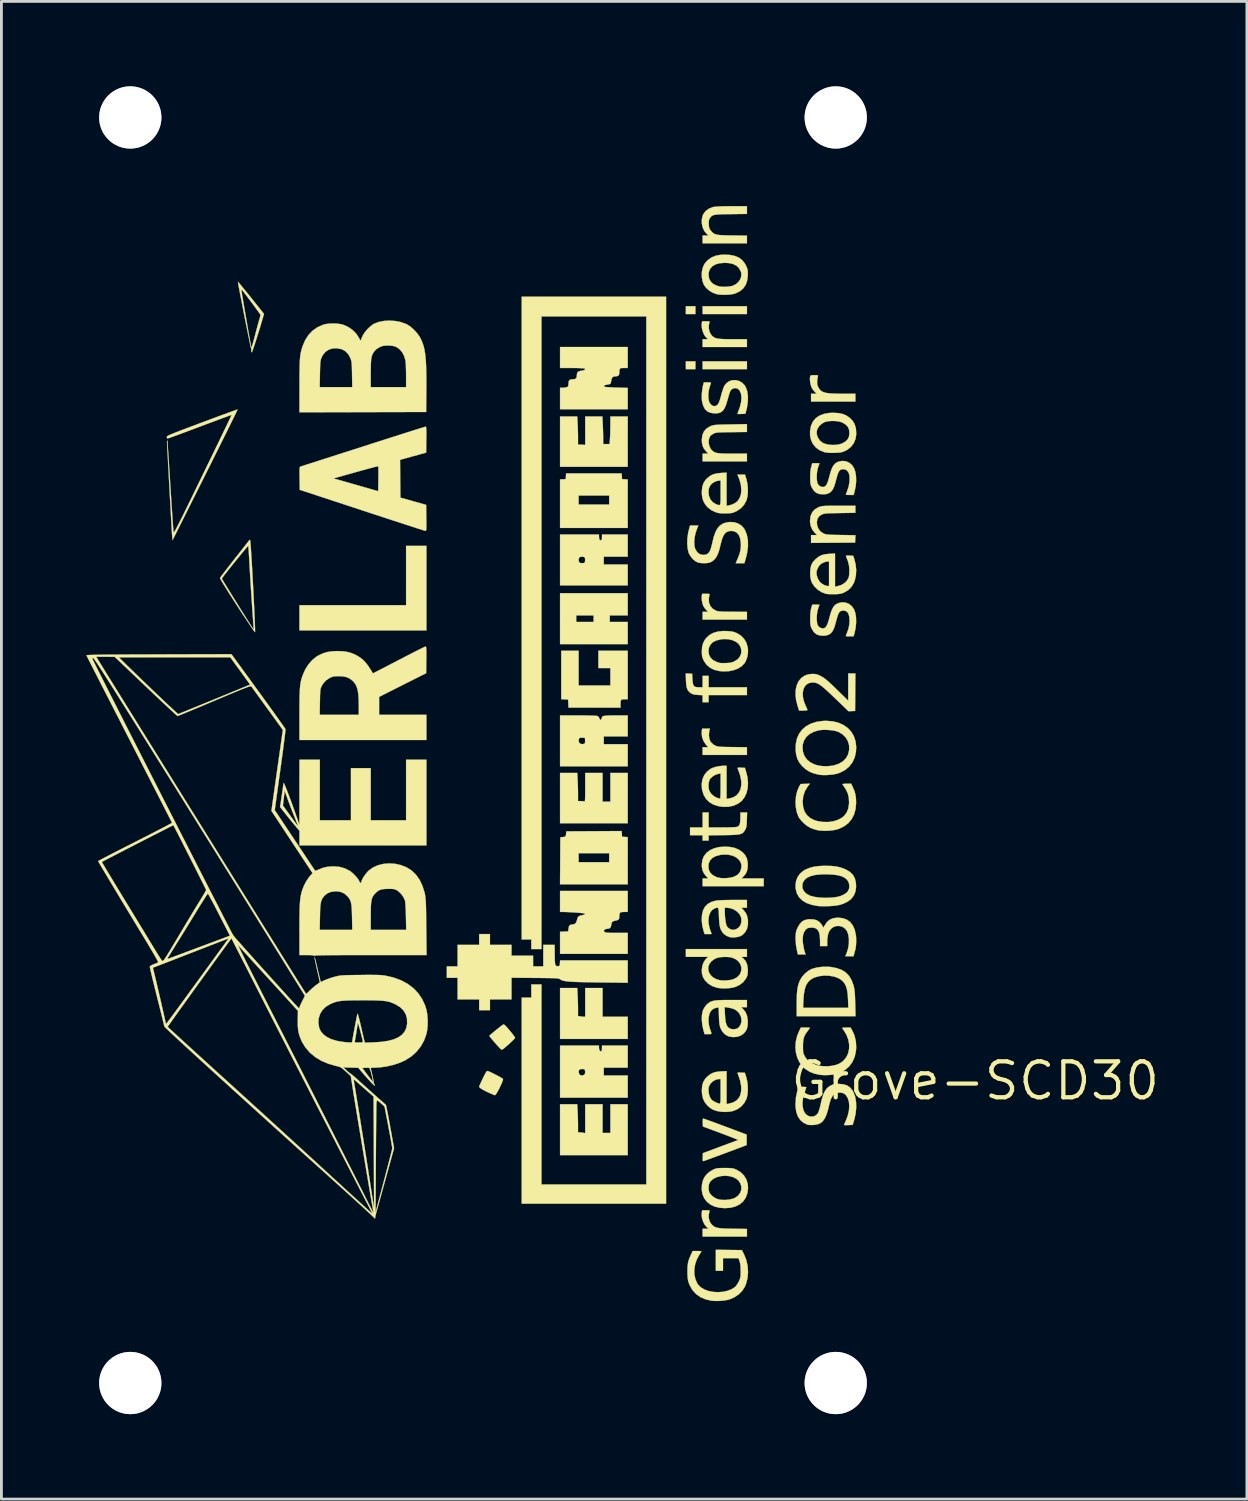
<source format=kicad_pcb>
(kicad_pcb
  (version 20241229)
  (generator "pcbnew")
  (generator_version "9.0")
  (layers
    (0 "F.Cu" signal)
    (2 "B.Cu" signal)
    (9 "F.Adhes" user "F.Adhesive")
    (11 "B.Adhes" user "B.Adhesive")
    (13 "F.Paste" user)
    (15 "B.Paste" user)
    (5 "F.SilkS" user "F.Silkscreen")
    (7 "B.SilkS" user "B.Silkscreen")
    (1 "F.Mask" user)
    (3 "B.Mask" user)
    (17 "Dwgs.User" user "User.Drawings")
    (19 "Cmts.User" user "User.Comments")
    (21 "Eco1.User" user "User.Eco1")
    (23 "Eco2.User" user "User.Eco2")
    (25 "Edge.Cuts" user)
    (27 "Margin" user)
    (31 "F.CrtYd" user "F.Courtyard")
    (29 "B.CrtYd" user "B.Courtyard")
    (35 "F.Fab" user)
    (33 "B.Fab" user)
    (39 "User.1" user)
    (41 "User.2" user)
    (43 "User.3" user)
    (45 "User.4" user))
  (footprint "Grove-SCD30"
    (layer "F.Cu")
    (at 31.406 35.139)
    (property "Reference" "Grove-SCD30" (at 0 0 0) (layer "F.SilkS") (effects (font (size 1.27 1.27) (thickness 0.15))))
    (attr through_hole)
    (fp_poly (pts (xy -9.885 -27.093) (xy -10.223 -27.093) (xy -10.223 -27.369) (xy -9.885 -27.369) (xy -9.885 -27.093)) (stroke (width 0.01) (type solid)) (fill yes) (layer "F.SilkS"))
    (fp_poly (pts (xy -9.885 -25.146) (xy -10.223 -25.146) (xy -10.223 -25.421) (xy -9.885 -25.421) (xy -9.885 -25.146)) (stroke (width 0.01) (type solid)) (fill yes) (layer "F.SilkS"))
    (fp_poly (pts (xy -8.065 -27.093) (xy -9.631 -27.093) (xy -9.631 -27.369) (xy -8.065 -27.369) (xy -8.065 -27.093)) (stroke (width 0.01) (type solid)) (fill yes) (layer "F.SilkS"))
    (fp_poly (pts (xy -8.065 -25.146) (xy -9.631 -25.146) (xy -9.631 -25.421) (xy -8.065 -25.421) (xy -8.065 -25.146)) (stroke (width 0.01) (type solid)) (fill yes) (layer "F.SilkS"))
    (fp_poly (pts (xy -19.389 -15.917) (xy -23.876 -15.917) (xy -23.876 -16.806) (xy -20.108 -16.806) (xy -20.108 -18.902) (xy -19.389 -18.902) (xy -19.389 -15.917)) (stroke (width 0.01) (type solid)) (fill yes) (layer "F.SilkS"))
    (fp_poly (pts (xy -12.277 -16.447) (xy -12.912 -16.447) (xy -12.912 -16.214) (xy -12.277 -16.214) (xy -12.277 -15.431) (xy -14.668 -15.431) (xy -14.668 -16.447) (xy -14.097 -16.447) (xy -14.097 -16.214) (xy -13.483 -16.214) (xy -13.483 -16.447) (xy -14.097 -16.447) (xy -14.668 -16.447) (xy -14.668 -17.23) (xy -12.277 -17.23) (xy -12.277 -16.447)) (stroke (width 0.01) (type solid)) (fill yes) (layer "F.SilkS"))
    (fp_poly (pts (xy -12.484 -21.362) (xy -12.478 -21.262) (xy -12.277 -21.249) (xy -12.277 -19.537) (xy -14.668 -19.537) (xy -14.668 -20.68) (xy -14.012 -20.68) (xy -14.012 -20.362) (xy -12.933 -20.362) (xy -12.933 -20.68) (xy -14.012 -20.68) (xy -14.668 -20.68) (xy -14.668 -21.249) (xy -14.467 -21.262) (xy -14.455 -21.463) (xy -12.491 -21.463) (xy -12.484 -21.362)) (stroke (width 0.01) (type solid)) (fill yes) (layer "F.SilkS"))
    (fp_poly (pts (xy -10.922 4.339) (xy -16.023 4.339) (xy -16.023 -2.942) (xy -15.684 -2.942) (xy -15.684 -3.408) (xy -15.325 -3.408) (xy -15.325 3.662) (xy -11.62 3.662) (xy -11.62 -27.009) (xy -15.325 -27.009) (xy -15.325 -4.657) (xy -15.684 -4.657) (xy -15.684 -4.995) (xy -16.023 -4.995) (xy -16.023 -27.707) (xy -10.922 -27.707) (xy -10.922 4.339)) (stroke (width 0.01) (type solid)) (fill yes) (layer "F.SilkS"))
    (fp_poly (pts (xy -14.047 -3.024) (xy -14.041 -2.891) (xy -14.037 -2.744) (xy -14.034 -2.603) (xy -14.034 -2.529) (xy -14.034 -2.292) (xy -13.954 -2.278) (xy -13.888 -2.269) (xy -13.832 -2.265) (xy -13.827 -2.265) (xy -13.78 -2.265) (xy -13.78 -3.281) (xy -13.166 -3.281) (xy -13.166 -2.265) (xy -12.277 -2.265) (xy -12.277 -1.482) (xy -14.668 -1.482) (xy -14.668 -3.281) (xy -14.061 -3.281) (xy -14.047 -3.024)) (stroke (width 0.01) (type solid)) (fill yes) (layer "F.SilkS"))
    (fp_poly (pts (xy -14.012 -13.97) (xy -12.89 -13.97) (xy -12.89 -14.584) (xy -13.314 -14.584) (xy -13.314 -15.198) (xy -12.277 -15.198) (xy -12.277 -13.483) (xy -12.391 -13.483) (xy -12.458 -13.48) (xy -12.5 -13.467) (xy -12.521 -13.434) (xy -12.53 -13.374) (xy -12.531 -13.302) (xy -12.531 -13.187) (xy -14.37 -13.187) (xy -14.383 -13.473) (xy -14.626 -13.485) (xy -14.626 -15.198) (xy -14.012 -15.198) (xy -14.012 -13.97)) (stroke (width 0.01) (type solid)) (fill yes) (layer "F.SilkS"))
    (fp_poly (pts (xy -14.047 1.083) (xy -14.041 1.216) (xy -14.037 1.364) (xy -14.034 1.506) (xy -14.034 1.58) (xy -14.034 1.82) (xy -13.973 1.82) (xy -13.905 1.825) (xy -13.846 1.834) (xy -13.78 1.847) (xy -13.78 0.826) (xy -13.166 0.826) (xy -13.166 1.841) (xy -12.89 1.841) (xy -12.89 0.826) (xy -12.277 0.826) (xy -12.277 2.625) (xy -14.668 2.625) (xy -14.668 0.826) (xy -14.061 0.826) (xy -14.047 1.083)) (stroke (width 0.01) (type solid)) (fill yes) (layer "F.SilkS"))
    (fp_poly (pts (xy -12.484 -8.726) (xy -12.478 -8.625) (xy -12.277 -8.613) (xy -12.277 -6.943) (xy -14.669 -6.943) (xy -14.663 -7.773) (xy -14.662 -8.043) (xy -14.012 -8.043) (xy -14.012 -7.726) (xy -12.933 -7.726) (xy -12.933 -8.043) (xy -14.012 -8.043) (xy -14.662 -8.043) (xy -14.658 -8.604) (xy -14.563 -8.615) (xy -14.504 -8.623) (xy -14.475 -8.64) (xy -14.462 -8.677) (xy -14.457 -8.721) (xy -14.446 -8.816) (xy -13.468 -8.821) (xy -12.491 -8.827) (xy -12.484 -8.726)) (stroke (width 0.01) (type solid)) (fill yes) (layer "F.SilkS"))
    (fp_poly (pts (xy -14.047 -10.622) (xy -14.041 -10.49) (xy -14.037 -10.341) (xy -14.034 -10.199) (xy -14.034 -10.125) (xy -14.034 -9.885) (xy -13.94 -9.885) (xy -13.874 -9.882) (xy -13.823 -9.875) (xy -13.813 -9.872) (xy -13.802 -9.872) (xy -13.794 -9.883) (xy -13.788 -9.91) (xy -13.784 -9.957) (xy -13.782 -10.031) (xy -13.78 -10.134) (xy -13.78 -10.273) (xy -13.78 -10.369) (xy -13.78 -10.88) (xy -13.166 -10.88) (xy -13.166 -9.864) (xy -12.89 -9.864) (xy -12.89 -10.88) (xy -12.277 -10.88) (xy -12.277 -9.102) (xy -14.668 -9.102) (xy -14.668 -10.88) (xy -14.061 -10.88) (xy -14.047 -10.622)) (stroke (width 0.01) (type solid)) (fill yes) (layer "F.SilkS"))
    (fp_poly (pts (xy -14.047 -23.217) (xy -14.041 -23.084) (xy -14.037 -22.936) (xy -14.034 -22.795) (xy -14.034 -22.721) (xy -14.034 -22.483) (xy -13.906 -22.476) (xy -13.779 -22.468) (xy -13.779 -22.971) (xy -13.78 -23.474) (xy -13.172 -23.474) (xy -13.158 -23.185) (xy -13.153 -23.055) (xy -13.148 -22.92) (xy -13.146 -22.794) (xy -13.145 -22.698) (xy -13.145 -22.5) (xy -12.918 -22.5) (xy -12.904 -22.694) (xy -12.899 -22.792) (xy -12.895 -22.917) (xy -12.892 -23.052) (xy -12.89 -23.181) (xy -12.89 -23.474) (xy -12.277 -23.474) (xy -12.277 -21.696) (xy -14.668 -21.696) (xy -14.668 -23.474) (xy -14.061 -23.474) (xy -14.047 -23.217)) (stroke (width 0.01) (type solid)) (fill yes) (layer "F.SilkS"))
    (fp_poly (pts (xy -9.39 -12.388) (xy -9.4 -12.335) (xy -9.406 -12.259) (xy -9.408 -12.2) (xy -9.391 -12.071) (xy -9.34 -11.967) (xy -9.254 -11.886) (xy -9.193 -11.851) (xy -9.159 -11.835) (xy -9.126 -11.823) (xy -9.086 -11.814) (xy -9.036 -11.807) (xy -8.967 -11.802) (xy -8.875 -11.799) (xy -8.753 -11.796) (xy -8.596 -11.794) (xy -8.578 -11.794) (xy -8.065 -11.787) (xy -8.065 -11.515) (xy -9.631 -11.515) (xy -9.631 -11.79) (xy -9.435 -11.79) (xy -9.513 -11.876) (xy -9.594 -11.995) (xy -9.647 -12.134) (xy -9.666 -12.279) (xy -9.66 -12.364) (xy -9.647 -12.446) (xy -9.372 -12.446) (xy -9.39 -12.388)) (stroke (width 0.01) (type solid)) (fill yes) (layer "F.SilkS"))
    (fp_poly (pts (xy -10.001 -14.383) (xy -9.991 -14.185) (xy -9.981 -14.071) (xy -9.963 -13.993) (xy -9.931 -13.944) (xy -9.88 -13.917) (xy -9.804 -13.907) (xy -9.755 -13.906) (xy -9.631 -13.906) (xy -9.631 -14.309) (xy -9.419 -14.309) (xy -9.419 -13.906) (xy -8.065 -13.906) (xy -8.065 -13.631) (xy -9.419 -13.631) (xy -9.419 -13.377) (xy -9.631 -13.377) (xy -9.631 -13.626) (xy -9.799 -13.636) (xy -9.897 -13.644) (xy -9.966 -13.659) (xy -10.023 -13.683) (xy -10.05 -13.7) (xy -10.113 -13.751) (xy -10.159 -13.811) (xy -10.19 -13.888) (xy -10.209 -13.99) (xy -10.219 -14.125) (xy -10.22 -14.156) (xy -10.227 -14.396) (xy -10.001 -14.383)) (stroke (width 0.01) (type solid)) (fill yes) (layer "F.SilkS"))
    (fp_poly (pts (xy -9.436 4.573) (xy -9.397 4.578) (xy -9.383 4.59) (xy -9.387 4.609) (xy -9.416 4.729) (xy -9.413 4.853) (xy -9.381 4.967) (xy -9.328 5.053) (xy -9.283 5.1) (xy -9.239 5.138) (xy -9.188 5.166) (xy -9.127 5.187) (xy -9.048 5.202) (xy -8.947 5.212) (xy -8.817 5.219) (xy -8.653 5.223) (xy -8.567 5.224) (xy -8.065 5.232) (xy -8.065 5.503) (xy -9.631 5.503) (xy -9.631 5.228) (xy -9.416 5.228) (xy -9.482 5.173) (xy -9.556 5.087) (xy -9.614 4.974) (xy -9.653 4.848) (xy -9.667 4.722) (xy -9.661 4.651) (xy -9.648 4.572) (xy -9.51 4.572) (xy -9.436 4.573)) (stroke (width 0.01) (type solid)) (fill yes) (layer "F.SilkS"))
    (fp_poly (pts (xy -9.437 -17.207) (xy -9.397 -17.202) (xy -9.384 -17.191) (xy -9.388 -17.171) (xy -9.399 -17.13) (xy -9.408 -17.064) (xy -9.413 -17.018) (xy -9.404 -16.889) (xy -9.357 -16.776) (xy -9.276 -16.683) (xy -9.165 -16.616) (xy -9.104 -16.595) (xy -9.061 -16.589) (xy -8.983 -16.583) (xy -8.877 -16.579) (xy -8.75 -16.576) (xy -8.61 -16.574) (xy -8.546 -16.574) (xy -8.065 -16.573) (xy -8.065 -16.298) (xy -9.631 -16.298) (xy -9.631 -16.573) (xy -9.437 -16.573) (xy -9.503 -16.639) (xy -9.553 -16.696) (xy -9.594 -16.755) (xy -9.6 -16.766) (xy -9.633 -16.852) (xy -9.656 -16.958) (xy -9.665 -17.062) (xy -9.661 -17.129) (xy -9.648 -17.209) (xy -9.51 -17.209) (xy -9.437 -17.207)) (stroke (width 0.01) (type solid)) (fill yes) (layer "F.SilkS"))
    (fp_poly (pts (xy -9.437 -26.838) (xy -9.397 -26.833) (xy -9.384 -26.821) (xy -9.388 -26.802) (xy -9.414 -26.691) (xy -9.411 -26.57) (xy -9.38 -26.453) (xy -9.323 -26.354) (xy -9.297 -26.325) (xy -9.255 -26.289) (xy -9.211 -26.261) (xy -9.158 -26.24) (xy -9.09 -26.225) (xy -9.002 -26.215) (xy -8.889 -26.208) (xy -8.745 -26.205) (xy -8.565 -26.204) (xy -8.559 -26.204) (xy -8.065 -26.204) (xy -8.065 -25.929) (xy -9.631 -25.929) (xy -9.631 -26.204) (xy -9.531 -26.204) (xy -9.472 -26.205) (xy -9.45 -26.21) (xy -9.458 -26.223) (xy -9.478 -26.237) (xy -9.54 -26.302) (xy -9.595 -26.397) (xy -9.637 -26.508) (xy -9.661 -26.625) (xy -9.665 -26.734) (xy -9.661 -26.76) (xy -9.648 -26.839) (xy -9.51 -26.839) (xy -9.437 -26.838)) (stroke (width 0.01) (type solid)) (fill yes) (layer "F.SilkS"))
    (fp_poly (pts (xy -13.293 -1.167) (xy -13.283 -1.102) (xy -13.259 -1.058) (xy -13.227 -1.041) (xy -13.209 -1.047) (xy -13.195 -1.075) (xy -13.188 -1.129) (xy -13.187 -1.155) (xy -13.187 -1.249) (xy -12.277 -1.249) (xy -12.277 -0.466) (xy -13.123 -0.466) (xy -13.123 -0.191) (xy -12.277 -0.191) (xy -12.277 0.593) (xy -14.668 0.593) (xy -14.668 -0.324) (xy -14.012 -0.324) (xy -13.996 -0.25) (xy -13.954 -0.203) (xy -13.895 -0.187) (xy -13.828 -0.208) (xy -13.814 -0.218) (xy -13.788 -0.253) (xy -13.782 -0.313) (xy -13.783 -0.329) (xy -13.791 -0.383) (xy -13.809 -0.408) (xy -13.851 -0.418) (xy -13.871 -0.419) (xy -13.95 -0.414) (xy -13.997 -0.382) (xy -14.012 -0.324) (xy -14.668 -0.324) (xy -14.668 -1.249) (xy -13.293 -1.249) (xy -13.293 -1.167)) (stroke (width 0.01) (type solid)) (fill yes) (layer "F.SilkS"))
    (fp_poly (pts (xy -13.292 -19.225) (xy -13.284 -19.146) (xy -13.26 -19.103) (xy -13.223 -19.098) (xy -13.221 -19.099) (xy -13.197 -19.124) (xy -13.187 -19.181) (xy -13.187 -19.208) (xy -13.187 -19.304) (xy -12.277 -19.304) (xy -12.277 -18.521) (xy -13.123 -18.521) (xy -13.123 -18.246) (xy -12.277 -18.246) (xy -12.277 -17.505) (xy -14.668 -17.505) (xy -14.668 -18.404) (xy -14.012 -18.404) (xy -14.001 -18.338) (xy -13.964 -18.301) (xy -13.896 -18.291) (xy -13.875 -18.292) (xy -13.822 -18.298) (xy -13.797 -18.314) (xy -13.787 -18.353) (xy -13.783 -18.392) (xy -13.785 -18.463) (xy -13.808 -18.503) (xy -13.86 -18.519) (xy -13.897 -18.521) (xy -13.965 -18.508) (xy -14.002 -18.468) (xy -14.012 -18.404) (xy -14.668 -18.404) (xy -14.668 -19.304) (xy -13.293 -19.304) (xy -13.292 -19.225)) (stroke (width 0.01) (type solid)) (fill yes) (layer "F.SilkS"))
    (fp_poly (pts (xy -17.22 -0.347) (xy -17.171 -0.328) (xy -17.1 -0.296) (xy -17.016 -0.255) (xy -16.926 -0.209) (xy -16.84 -0.163) (xy -16.765 -0.122) (xy -16.711 -0.089) (xy -16.685 -0.069) (xy -16.685 -0.067) (xy -16.687 -0.033) (xy -16.707 0.028) (xy -16.739 0.107) (xy -16.781 0.197) (xy -16.826 0.289) (xy -16.872 0.374) (xy -16.914 0.444) (xy -16.948 0.492) (xy -16.97 0.508) (xy -16.995 0.499) (xy -17.05 0.477) (xy -17.124 0.446) (xy -17.166 0.427) (xy -17.294 0.367) (xy -17.398 0.311) (xy -17.474 0.263) (xy -17.517 0.225) (xy -17.526 0.206) (xy -17.518 0.178) (xy -17.493 0.121) (xy -17.457 0.04) (xy -17.412 -0.056) (xy -17.395 -0.09) (xy -17.342 -0.197) (xy -17.303 -0.271) (xy -17.275 -0.318) (xy -17.253 -0.342) (xy -17.234 -0.349) (xy -17.22 -0.347)) (stroke (width 0.01) (type solid)) (fill yes) (layer "F.SilkS"))
    (fp_poly (pts (xy -5.606 -24.933) (xy -5.566 -24.928) (xy -5.553 -24.917) (xy -5.557 -24.897) (xy -5.567 -24.857) (xy -5.577 -24.79) (xy -5.583 -24.732) (xy -5.585 -24.643) (xy -5.573 -24.576) (xy -5.548 -24.517) (xy -5.51 -24.451) (xy -5.466 -24.398) (xy -5.411 -24.357) (xy -5.34 -24.326) (xy -5.248 -24.304) (xy -5.132 -24.29) (xy -4.985 -24.282) (xy -4.803 -24.278) (xy -4.706 -24.278) (xy -4.233 -24.278) (xy -4.233 -24.003) (xy -5.8 -24.003) (xy -5.8 -24.278) (xy -5.601 -24.278) (xy -5.672 -24.347) (xy -5.727 -24.412) (xy -5.775 -24.489) (xy -5.783 -24.507) (xy -5.814 -24.597) (xy -5.833 -24.7) (xy -5.841 -24.8) (xy -5.834 -24.879) (xy -5.834 -24.88) (xy -5.824 -24.909) (xy -5.805 -24.925) (xy -5.767 -24.933) (xy -5.699 -24.934) (xy -5.681 -24.934) (xy -5.606 -24.933)) (stroke (width 0.01) (type solid)) (fill yes) (layer "F.SilkS"))
    (fp_poly (pts (xy -16.629 -1.976) (xy -16.588 -1.938) (xy -16.53 -1.875) (xy -16.451 -1.782) (xy -16.449 -1.78) (xy -16.379 -1.695) (xy -16.321 -1.62) (xy -16.279 -1.56) (xy -16.258 -1.524) (xy -16.256 -1.518) (xy -16.271 -1.496) (xy -16.312 -1.453) (xy -16.371 -1.396) (xy -16.441 -1.33) (xy -16.516 -1.263) (xy -16.589 -1.2) (xy -16.651 -1.148) (xy -16.698 -1.113) (xy -16.719 -1.101) (xy -16.745 -1.113) (xy -16.767 -1.128) (xy -16.796 -1.156) (xy -16.843 -1.206) (xy -16.902 -1.271) (xy -16.967 -1.345) (xy -17.032 -1.42) (xy -17.09 -1.489) (xy -17.136 -1.544) (xy -17.162 -1.58) (xy -17.166 -1.589) (xy -17.151 -1.607) (xy -17.109 -1.645) (xy -17.048 -1.698) (xy -16.974 -1.759) (xy -16.896 -1.823) (xy -16.819 -1.885) (xy -16.752 -1.937) (xy -16.7 -1.975) (xy -16.677 -1.991) (xy -16.657 -1.992) (xy -16.629 -1.976)) (stroke (width 0.01) (type solid)) (fill yes) (layer "F.SilkS"))
    (fp_poly (pts (xy -9.419 -8.954) (xy -8.946 -8.954) (xy -8.786 -8.955) (xy -8.647 -8.958) (xy -8.535 -8.962) (xy -8.453 -8.968) (xy -8.409 -8.976) (xy -8.408 -8.976) (xy -8.361 -9.003) (xy -8.328 -9.049) (xy -8.308 -9.12) (xy -8.299 -9.223) (xy -8.297 -9.306) (xy -8.297 -9.483) (xy -8.059 -9.483) (xy -8.068 -9.223) (xy -8.073 -9.109) (xy -8.079 -9.027) (xy -8.089 -8.967) (xy -8.104 -8.92) (xy -8.127 -8.875) (xy -8.129 -8.871) (xy -8.159 -8.82) (xy -8.191 -8.779) (xy -8.229 -8.748) (xy -8.279 -8.725) (xy -8.345 -8.708) (xy -8.433 -8.697) (xy -8.547 -8.69) (xy -8.694 -8.685) (xy -8.878 -8.682) (xy -8.885 -8.682) (xy -9.419 -8.675) (xy -9.419 -8.488) (xy -9.631 -8.488) (xy -9.631 -8.678) (xy -10.075 -8.678) (xy -10.075 -8.954) (xy -9.631 -8.954) (xy -9.631 -9.483) (xy -9.419 -9.483) (xy -9.419 -8.954)) (stroke (width 0.01) (type solid)) (fill yes) (layer "F.SilkS"))
    (fp_poly (pts (xy -9.58 1.341) (xy -9.519 1.362) (xy -9.428 1.394) (xy -9.311 1.436) (xy -9.173 1.487) (xy -9.017 1.545) (xy -8.849 1.608) (xy -8.826 1.616) (xy -8.075 1.899) (xy -8.075 2.269) (xy -8.805 2.543) (xy -8.973 2.606) (xy -9.131 2.664) (xy -9.272 2.717) (xy -9.393 2.761) (xy -9.488 2.796) (xy -9.554 2.819) (xy -9.584 2.829) (xy -9.584 2.829) (xy -9.61 2.834) (xy -9.624 2.825) (xy -9.629 2.795) (xy -9.628 2.734) (xy -9.627 2.698) (xy -9.62 2.554) (xy -9.006 2.325) (xy -8.854 2.268) (xy -8.714 2.216) (xy -8.592 2.171) (xy -8.492 2.133) (xy -8.419 2.107) (xy -8.38 2.092) (xy -8.374 2.09) (xy -8.388 2.081) (xy -8.438 2.06) (xy -8.518 2.027) (xy -8.625 1.985) (xy -8.753 1.936) (xy -8.898 1.881) (xy -8.988 1.848) (xy -9.62 1.613) (xy -9.627 1.473) (xy -9.628 1.393) (xy -9.622 1.349) (xy -9.607 1.334) (xy -9.605 1.334) (xy -9.58 1.341)) (stroke (width 0.01) (type solid)) (fill yes) (layer "F.SilkS"))
    (fp_poly (pts (xy -13.873 -12.911) (xy -13.723 -12.909) (xy -13.59 -12.906) (xy -13.481 -12.903) (xy -13.401 -12.898) (xy -13.355 -12.894) (xy -13.35 -12.892) (xy -13.303 -12.856) (xy -13.273 -12.802) (xy -13.255 -12.757) (xy -13.241 -12.747) (xy -13.221 -12.768) (xy -13.217 -12.773) (xy -13.193 -12.816) (xy -13.187 -12.841) (xy -13.18 -12.864) (xy -13.157 -12.882) (xy -13.113 -12.894) (xy -13.043 -12.903) (xy -12.944 -12.909) (xy -12.809 -12.911) (xy -12.691 -12.912) (xy -12.277 -12.912) (xy -12.277 -12.171) (xy -13.123 -12.171) (xy -13.123 -11.896) (xy -12.277 -11.896) (xy -12.277 -11.113) (xy -14.668 -11.113) (xy -14.668 -12.046) (xy -14.011 -12.046) (xy -14.005 -11.98) (xy -13.979 -11.929) (xy -13.979 -11.929) (xy -13.928 -11.903) (xy -13.863 -11.897) (xy -13.805 -11.914) (xy -13.805 -11.914) (xy -13.786 -11.95) (xy -13.783 -12.02) (xy -13.783 -12.025) (xy -13.79 -12.118) (xy -13.883 -12.125) (xy -13.955 -12.123) (xy -13.993 -12.105) (xy -13.994 -12.103) (xy -14.011 -12.046) (xy -14.668 -12.046) (xy -14.668 -12.912) (xy -14.035 -12.912) (xy -13.873 -12.911)) (stroke (width 0.01) (type solid)) (fill yes) (layer "F.SilkS"))
    (fp_poly (pts (xy -8.065 -22.927) (xy -8.61 -22.92) (xy -8.777 -22.918) (xy -8.907 -22.915) (xy -9.007 -22.912) (xy -9.081 -22.908) (xy -9.136 -22.902) (xy -9.178 -22.894) (xy -9.212 -22.883) (xy -9.243 -22.869) (xy -9.253 -22.864) (xy -9.342 -22.805) (xy -9.385 -22.745) (xy -9.415 -22.641) (xy -9.415 -22.526) (xy -9.388 -22.414) (xy -9.337 -22.317) (xy -9.276 -22.254) (xy -9.235 -22.226) (xy -9.192 -22.204) (xy -9.141 -22.188) (xy -9.076 -22.177) (xy -8.993 -22.169) (xy -8.884 -22.164) (xy -8.745 -22.162) (xy -8.569 -22.162) (xy -8.065 -22.162) (xy -8.065 -21.886) (xy -9.631 -21.886) (xy -9.631 -22.162) (xy -9.435 -22.162) (xy -9.52 -22.253) (xy -9.591 -22.347) (xy -9.635 -22.446) (xy -9.656 -22.565) (xy -9.659 -22.659) (xy -9.641 -22.811) (xy -9.589 -22.938) (xy -9.502 -23.041) (xy -9.38 -23.119) (xy -9.336 -23.139) (xy -9.297 -23.152) (xy -9.257 -23.163) (xy -9.211 -23.172) (xy -9.151 -23.178) (xy -9.073 -23.183) (xy -8.97 -23.187) (xy -8.837 -23.19) (xy -8.669 -23.193) (xy -8.641 -23.194) (xy -8.065 -23.204) (xy -8.065 -22.927)) (stroke (width 0.01) (type solid)) (fill yes) (layer "F.SilkS"))
    (fp_poly (pts (xy -8.065 -30.631) (xy -8.631 -30.624) (xy -8.816 -30.622) (xy -8.964 -30.618) (xy -9.079 -30.613) (xy -9.167 -30.604) (xy -9.233 -30.592) (xy -9.282 -30.574) (xy -9.318 -30.551) (xy -9.347 -30.52) (xy -9.374 -30.481) (xy -9.379 -30.474) (xy -9.403 -30.424) (xy -9.415 -30.367) (xy -9.415 -30.287) (xy -9.414 -30.264) (xy -9.407 -30.18) (xy -9.392 -30.121) (xy -9.365 -30.071) (xy -9.343 -30.043) (xy -9.303 -29.996) (xy -9.263 -29.958) (xy -9.22 -29.929) (xy -9.166 -29.908) (xy -9.097 -29.893) (xy -9.008 -29.883) (xy -8.891 -29.876) (xy -8.743 -29.873) (xy -8.588 -29.87) (xy -8.065 -29.864) (xy -8.065 -29.591) (xy -9.631 -29.591) (xy -9.631 -29.866) (xy -9.418 -29.866) (xy -9.49 -29.93) (xy -9.57 -30.026) (xy -9.627 -30.148) (xy -9.658 -30.285) (xy -9.661 -30.425) (xy -9.634 -30.557) (xy -9.608 -30.619) (xy -9.53 -30.727) (xy -9.42 -30.811) (xy -9.285 -30.867) (xy -9.239 -30.879) (xy -9.175 -30.887) (xy -9.075 -30.893) (xy -8.944 -30.899) (xy -8.789 -30.902) (xy -8.613 -30.903) (xy -8.59 -30.903) (xy -8.065 -30.903) (xy -8.065 -30.631)) (stroke (width 0.01) (type solid)) (fill yes) (layer "F.SilkS"))
    (fp_poly (pts (xy -4.233 -20.071) (xy -4.778 -20.062) (xy -4.947 -20.059) (xy -5.079 -20.056) (xy -5.18 -20.053) (xy -5.255 -20.048) (xy -5.312 -20.041) (xy -5.355 -20.033) (xy -5.391 -20.022) (xy -5.422 -20.009) (xy -5.515 -19.947) (xy -5.572 -19.861) (xy -5.595 -19.751) (xy -5.586 -19.63) (xy -5.542 -19.509) (xy -5.465 -19.41) (xy -5.357 -19.339) (xy -5.323 -19.325) (xy -5.287 -19.314) (xy -5.241 -19.306) (xy -5.181 -19.3) (xy -5.1 -19.295) (xy -4.993 -19.291) (xy -4.853 -19.288) (xy -4.746 -19.287) (xy -4.231 -19.278) (xy -4.238 -19.148) (xy -4.244 -19.018) (xy -5.022 -19.013) (xy -5.8 -19.007) (xy -5.8 -19.283) (xy -5.585 -19.283) (xy -5.658 -19.352) (xy -5.752 -19.469) (xy -5.813 -19.607) (xy -5.838 -19.758) (xy -5.825 -19.914) (xy -5.812 -19.967) (xy -5.757 -20.091) (xy -5.671 -20.189) (xy -5.551 -20.261) (xy -5.514 -20.276) (xy -5.476 -20.289) (xy -5.438 -20.299) (xy -5.392 -20.307) (xy -5.335 -20.313) (xy -5.26 -20.316) (xy -5.162 -20.319) (xy -5.034 -20.32) (xy -4.872 -20.32) (xy -4.815 -20.32) (xy -4.233 -20.32) (xy -4.233 -20.071)) (stroke (width 0.01) (type solid)) (fill yes) (layer "F.SilkS"))
    (fp_poly (pts (xy -4.238 -13.732) (xy -4.244 -13.07) (xy -4.36 -13.065) (xy -4.477 -13.06) (xy -4.947 -13.513) (xy -5.101 -13.659) (xy -5.228 -13.778) (xy -5.334 -13.873) (xy -5.422 -13.945) (xy -5.496 -13.999) (xy -5.56 -14.035) (xy -5.618 -14.059) (xy -5.674 -14.071) (xy -5.732 -14.076) (xy -5.748 -14.076) (xy -5.863 -14.058) (xy -5.957 -14.008) (xy -6.027 -13.929) (xy -6.073 -13.826) (xy -6.093 -13.702) (xy -6.087 -13.563) (xy -6.053 -13.411) (xy -5.991 -13.252) (xy -5.977 -13.225) (xy -5.949 -13.164) (xy -5.93 -13.118) (xy -5.927 -13.103) (xy -5.946 -13.091) (xy -6.001 -13.084) (xy -6.074 -13.081) (xy -6.221 -13.081) (xy -6.277 -13.256) (xy -6.329 -13.46) (xy -6.349 -13.652) (xy -6.34 -13.828) (xy -6.303 -13.985) (xy -6.239 -14.121) (xy -6.149 -14.231) (xy -6.037 -14.312) (xy -5.902 -14.363) (xy -5.758 -14.378) (xy -5.666 -14.375) (xy -5.592 -14.361) (xy -5.514 -14.33) (xy -5.471 -14.31) (xy -5.415 -14.28) (xy -5.358 -14.244) (xy -5.296 -14.198) (xy -5.224 -14.14) (xy -5.139 -14.064) (xy -5.037 -13.969) (xy -4.914 -13.85) (xy -4.768 -13.707) (xy -4.487 -13.431) (xy -4.487 -14.393) (xy -4.233 -14.393) (xy -4.238 -13.732)) (stroke (width 0.01) (type solid)) (fill yes) (layer "F.SilkS"))
    (fp_poly (pts (xy -5.097 -4.023) (xy -4.89 -3.983) (xy -4.716 -3.919) (xy -4.573 -3.829) (xy -4.458 -3.71) (xy -4.368 -3.56) (xy -4.301 -3.378) (xy -4.295 -3.355) (xy -4.279 -3.286) (xy -4.266 -3.213) (xy -4.257 -3.129) (xy -4.249 -3.025) (xy -4.244 -2.894) (xy -4.239 -2.736) (xy -4.228 -2.286) (xy -6.308 -2.286) (xy -6.307 -2.582) (xy -6.081 -2.582) (xy -4.482 -2.582) (xy -4.493 -2.873) (xy -4.506 -3.069) (xy -4.532 -3.229) (xy -4.572 -3.359) (xy -4.629 -3.462) (xy -4.704 -3.544) (xy -4.801 -3.611) (xy -4.829 -3.626) (xy -4.979 -3.683) (xy -5.151 -3.714) (xy -5.332 -3.72) (xy -5.51 -3.7) (xy -5.671 -3.654) (xy -5.733 -3.627) (xy -5.836 -3.56) (xy -5.918 -3.474) (xy -5.981 -3.364) (xy -6.025 -3.226) (xy -6.054 -3.056) (xy -6.069 -2.863) (xy -6.081 -2.582) (xy -6.307 -2.582) (xy -6.307 -2.715) (xy -6.305 -2.907) (xy -6.3 -3.064) (xy -6.289 -3.194) (xy -6.272 -3.304) (xy -6.248 -3.402) (xy -6.216 -3.495) (xy -6.189 -3.557) (xy -6.117 -3.678) (xy -6.016 -3.791) (xy -5.899 -3.887) (xy -5.778 -3.953) (xy -5.771 -3.955) (xy -5.601 -4.003) (xy -5.409 -4.029) (xy -5.213 -4.033) (xy -5.097 -4.023)) (stroke (width 0.01) (type solid)) (fill yes) (layer "F.SilkS"))
    (fp_poly (pts (xy -17.145 -4.805) (xy -16.383 -4.805) (xy -16.383 -4.424) (xy -15.621 -4.424) (xy -15.621 -4.043) (xy -15.261 -4.043) (xy -15.261 -4.805) (xy -14.859 -4.805) (xy -14.857 -4.482) (xy -14.855 -4.337) (xy -14.852 -4.229) (xy -14.846 -4.152) (xy -14.836 -4.102) (xy -14.819 -4.072) (xy -14.796 -4.058) (xy -14.765 -4.054) (xy -14.752 -4.053) (xy -14.708 -4.056) (xy -14.686 -4.069) (xy -14.676 -4.106) (xy -14.673 -4.154) (xy -14.666 -4.255) (xy -12.277 -4.255) (xy -12.277 -3.466) (xy -13.266 -3.478) (xy -13.538 -3.482) (xy -13.772 -3.486) (xy -13.969 -3.491) (xy -14.134 -3.496) (xy -14.27 -3.503) (xy -14.38 -3.512) (xy -14.468 -3.522) (xy -14.536 -3.534) (xy -14.589 -3.549) (xy -14.629 -3.566) (xy -14.658 -3.583) (xy -14.675 -3.595) (xy -14.693 -3.605) (xy -14.718 -3.613) (xy -14.752 -3.619) (xy -14.801 -3.624) (xy -14.868 -3.627) (xy -14.957 -3.63) (xy -15.073 -3.632) (xy -15.221 -3.634) (xy -15.403 -3.636) (xy -15.552 -3.637) (xy -16.383 -3.644) (xy -16.383 -2.879) (xy -17.145 -2.879) (xy -17.145 -2.498) (xy -17.526 -2.498) (xy -17.526 -2.879) (xy -18.288 -2.879) (xy -18.288 -3.641) (xy -18.669 -3.641) (xy -18.669 -4.043) (xy -18.288 -4.043) (xy -18.288 -4.805) (xy -17.526 -4.805) (xy -17.526 -5.186) (xy -17.145 -5.186) (xy -17.145 -4.805)) (stroke (width 0.01) (type solid)) (fill yes) (layer "F.SilkS"))
    (fp_poly (pts (xy -8.656 -8.264) (xy -8.494 -8.23) (xy -8.353 -8.17) (xy -8.226 -8.082) (xy -8.22 -8.077) (xy -8.127 -7.976) (xy -8.067 -7.86) (xy -8.039 -7.721) (xy -8.035 -7.631) (xy -8.044 -7.497) (xy -8.07 -7.393) (xy -8.117 -7.304) (xy -8.182 -7.229) (xy -8.256 -7.154) (xy -7.472 -7.154) (xy -7.472 -6.879) (xy -9.631 -6.879) (xy -9.631 -7.154) (xy -9.435 -7.154) (xy -9.52 -7.246) (xy -9.593 -7.342) (xy -9.637 -7.446) (xy -9.658 -7.569) (xy -9.658 -7.579) (xy -9.428 -7.579) (xy -9.411 -7.454) (xy -9.357 -7.349) (xy -9.266 -7.264) (xy -9.139 -7.2) (xy -9.082 -7.182) (xy -8.977 -7.164) (xy -8.852 -7.16) (xy -8.721 -7.169) (xy -8.601 -7.189) (xy -8.519 -7.216) (xy -8.427 -7.262) (xy -8.364 -7.311) (xy -8.319 -7.372) (xy -8.295 -7.419) (xy -8.26 -7.537) (xy -8.263 -7.648) (xy -8.301 -7.749) (xy -8.37 -7.836) (xy -8.466 -7.908) (xy -8.586 -7.96) (xy -8.725 -7.991) (xy -8.88 -7.997) (xy -9.013 -7.982) (xy -9.167 -7.94) (xy -9.286 -7.875) (xy -9.369 -7.787) (xy -9.416 -7.677) (xy -9.428 -7.579) (xy -9.658 -7.579) (xy -9.66 -7.643) (xy -9.642 -7.798) (xy -9.587 -7.935) (xy -9.498 -8.052) (xy -9.377 -8.146) (xy -9.228 -8.216) (xy -9.053 -8.26) (xy -8.854 -8.275) (xy -8.848 -8.275) (xy -8.656 -8.264)) (stroke (width 0.01) (type solid)) (fill yes) (layer "F.SilkS"))
    (fp_poly (pts (xy -12.277 -5.969) (xy -12.399 -5.969) (xy -12.471 -5.965) (xy -12.526 -5.954) (xy -12.548 -5.944) (xy -12.563 -5.908) (xy -12.572 -5.849) (xy -12.573 -5.819) (xy -12.579 -5.745) (xy -12.603 -5.7) (xy -12.653 -5.674) (xy -12.711 -5.661) (xy -12.783 -5.643) (xy -12.825 -5.616) (xy -12.848 -5.567) (xy -12.857 -5.515) (xy -12.875 -5.441) (xy -12.905 -5.398) (xy -12.96 -5.378) (xy -13.005 -5.373) (xy -13.072 -5.357) (xy -13.112 -5.328) (xy -13.119 -5.292) (xy -13.093 -5.259) (xy -13.068 -5.247) (xy -13.026 -5.239) (xy -12.961 -5.233) (xy -12.868 -5.23) (xy -12.74 -5.228) (xy -12.664 -5.228) (xy -12.277 -5.228) (xy -12.277 -4.487) (xy -14.668 -4.487) (xy -14.668 -5.269) (xy -14.526 -5.275) (xy -14.383 -5.281) (xy -14.368 -5.385) (xy -14.352 -5.461) (xy -14.324 -5.503) (xy -14.275 -5.521) (xy -14.229 -5.524) (xy -14.153 -5.543) (xy -14.099 -5.596) (xy -14.069 -5.685) (xy -14.068 -5.689) (xy -14.047 -5.767) (xy -14.007 -5.816) (xy -13.94 -5.843) (xy -13.897 -5.851) (xy -13.826 -5.867) (xy -13.792 -5.885) (xy -13.796 -5.905) (xy -13.817 -5.916) (xy -13.851 -5.923) (xy -13.919 -5.931) (xy -14.012 -5.939) (xy -14.122 -5.947) (xy -14.239 -5.955) (xy -14.355 -5.961) (xy -14.462 -5.966) (xy -14.547 -5.968) (xy -14.668 -5.969) (xy -14.668 -6.71) (xy -12.277 -6.71) (xy -12.277 -5.969)) (stroke (width 0.01) (type solid)) (fill yes) (layer "F.SilkS"))
    (fp_poly (pts (xy -12.277 -25.188) (xy -12.412 -25.188) (xy -12.494 -25.186) (xy -12.542 -25.172) (xy -12.565 -25.138) (xy -12.572 -25.076) (xy -12.573 -25.029) (xy -12.584 -24.953) (xy -12.619 -24.91) (xy -12.686 -24.893) (xy -12.711 -24.892) (xy -12.782 -24.882) (xy -12.827 -24.848) (xy -12.852 -24.782) (xy -12.859 -24.744) (xy -12.871 -24.681) (xy -12.886 -24.637) (xy -12.894 -24.626) (xy -12.925 -24.615) (xy -12.982 -24.604) (xy -13.012 -24.599) (xy -13.079 -24.583) (xy -13.114 -24.562) (xy -13.114 -24.539) (xy -13.087 -24.522) (xy -13.055 -24.516) (xy -12.987 -24.51) (xy -12.892 -24.505) (xy -12.778 -24.499) (xy -12.663 -24.495) (xy -12.277 -24.484) (xy -12.277 -23.728) (xy -14.668 -23.728) (xy -14.668 -24.49) (xy -14.575 -24.49) (xy -14.503 -24.495) (xy -14.439 -24.506) (xy -14.426 -24.51) (xy -14.391 -24.531) (xy -14.375 -24.565) (xy -14.372 -24.618) (xy -14.365 -24.704) (xy -14.341 -24.756) (xy -14.294 -24.781) (xy -14.243 -24.786) (xy -14.157 -24.793) (xy -14.106 -24.817) (xy -14.081 -24.865) (xy -14.076 -24.92) (xy -14.067 -25.002) (xy -14.037 -25.052) (xy -13.977 -25.079) (xy -13.921 -25.088) (xy -13.843 -25.102) (xy -13.795 -25.122) (xy -13.782 -25.147) (xy -13.801 -25.168) (xy -13.831 -25.174) (xy -13.896 -25.179) (xy -13.99 -25.184) (xy -14.105 -25.187) (xy -14.234 -25.188) (xy -14.25 -25.188) (xy -14.668 -25.188) (xy -14.668 -25.929) (xy -12.277 -25.929) (xy -12.277 -25.188)) (stroke (width 0.01) (type solid)) (fill yes) (layer "F.SilkS"))
    (fp_poly (pts (xy -5.923 -10.393) (xy -6.019 -10.231) (xy -6.077 -10.052) (xy -6.096 -9.861) (xy -6.08 -9.677) (xy -6.031 -9.521) (xy -5.95 -9.392) (xy -5.835 -9.29) (xy -5.688 -9.214) (xy -5.567 -9.177) (xy -5.379 -9.148) (xy -5.192 -9.146) (xy -5.013 -9.171) (xy -4.851 -9.222) (xy -4.713 -9.295) (xy -4.634 -9.36) (xy -4.543 -9.479) (xy -4.485 -9.621) (xy -4.459 -9.789) (xy -4.457 -9.842) (xy -4.467 -10.011) (xy -4.503 -10.157) (xy -4.569 -10.296) (xy -4.607 -10.355) (xy -4.647 -10.415) (xy -4.678 -10.461) (xy -4.69 -10.481) (xy -4.677 -10.489) (xy -4.63 -10.496) (xy -4.559 -10.499) (xy -4.543 -10.499) (xy -4.384 -10.499) (xy -4.32 -10.366) (xy -4.265 -10.236) (xy -4.231 -10.112) (xy -4.213 -9.978) (xy -4.208 -9.821) (xy -4.227 -9.606) (xy -4.28 -9.413) (xy -4.367 -9.246) (xy -4.486 -9.104) (xy -4.637 -8.99) (xy -4.818 -8.905) (xy -4.865 -8.889) (xy -5 -8.858) (xy -5.158 -8.84) (xy -5.323 -8.835) (xy -5.478 -8.843) (xy -5.57 -8.857) (xy -5.668 -8.883) (xy -5.773 -8.919) (xy -5.834 -8.945) (xy -5.936 -9.006) (xy -6.041 -9.09) (xy -6.138 -9.187) (xy -6.215 -9.284) (xy -6.242 -9.329) (xy -6.303 -9.491) (xy -6.339 -9.674) (xy -6.348 -9.868) (xy -6.331 -10.06) (xy -6.288 -10.241) (xy -6.228 -10.382) (xy -6.17 -10.488) (xy -6.006 -10.494) (xy -5.841 -10.5) (xy -5.923 -10.393)) (stroke (width 0.01) (type solid)) (fill yes) (layer "F.SilkS"))
    (fp_poly (pts (xy -8.065 -4.381) (xy -8.258 -4.381) (xy -8.195 -4.328) (xy -8.111 -4.232) (xy -8.058 -4.11) (xy -8.035 -3.958) (xy -8.034 -3.905) (xy -8.036 -3.812) (xy -8.045 -3.745) (xy -8.064 -3.687) (xy -8.096 -3.622) (xy -8.189 -3.497) (xy -8.316 -3.395) (xy -8.463 -3.322) (xy -8.575 -3.292) (xy -8.713 -3.273) (xy -8.861 -3.266) (xy -9.004 -3.272) (xy -9.127 -3.291) (xy -9.132 -3.292) (xy -9.298 -3.352) (xy -9.439 -3.44) (xy -9.55 -3.552) (xy -9.616 -3.662) (xy -9.654 -3.787) (xy -9.661 -3.925) (xy -9.66 -3.931) (xy -9.432 -3.931) (xy -9.405 -3.83) (xy -9.347 -3.735) (xy -9.261 -3.654) (xy -9.146 -3.592) (xy -9.019 -3.555) (xy -8.918 -3.546) (xy -8.799 -3.548) (xy -8.679 -3.56) (xy -8.576 -3.58) (xy -8.551 -3.588) (xy -8.425 -3.651) (xy -8.334 -3.739) (xy -8.297 -3.8) (xy -8.262 -3.916) (xy -8.266 -4.031) (xy -8.305 -4.138) (xy -8.377 -4.232) (xy -8.478 -4.307) (xy -8.605 -4.358) (xy -8.618 -4.361) (xy -8.707 -4.374) (xy -8.821 -4.379) (xy -8.911 -4.377) (xy -9.015 -4.368) (xy -9.093 -4.353) (xy -9.16 -4.329) (xy -9.209 -4.305) (xy -9.318 -4.228) (xy -9.39 -4.136) (xy -9.428 -4.035) (xy -9.432 -3.931) (xy -9.66 -3.931) (xy -9.641 -4.063) (xy -9.595 -4.191) (xy -9.524 -4.297) (xy -9.502 -4.32) (xy -9.436 -4.381) (xy -10.223 -4.381) (xy -10.223 -4.657) (xy -8.065 -4.657) (xy -8.065 -4.381)) (stroke (width 0.01) (type solid)) (fill yes) (layer "F.SilkS"))
    (fp_poly (pts (xy -8.77 -15.892) (xy -8.656 -15.884) (xy -8.569 -15.871) (xy -8.493 -15.849) (xy -8.432 -15.824) (xy -8.284 -15.736) (xy -8.168 -15.621) (xy -8.085 -15.481) (xy -8.038 -15.318) (xy -8.029 -15.256) (xy -8.03 -15.115) (xy -8.056 -14.97) (xy -8.103 -14.838) (xy -8.145 -14.764) (xy -8.243 -14.657) (xy -8.373 -14.572) (xy -8.529 -14.511) (xy -8.704 -14.475) (xy -8.893 -14.467) (xy -9.032 -14.478) (xy -9.213 -14.521) (xy -9.365 -14.594) (xy -9.488 -14.697) (xy -9.581 -14.831) (xy -9.591 -14.85) (xy -9.626 -14.928) (xy -9.647 -14.994) (xy -9.656 -15.067) (xy -9.659 -15.161) (xy -9.658 -15.189) (xy -9.424 -15.189) (xy -9.407 -15.062) (xy -9.354 -14.955) (xy -9.265 -14.868) (xy -9.138 -14.802) (xy -9.028 -14.766) (xy -8.988 -14.762) (xy -8.918 -14.76) (xy -8.832 -14.761) (xy -8.8 -14.762) (xy -8.694 -14.769) (xy -8.614 -14.782) (xy -8.543 -14.806) (xy -8.498 -14.827) (xy -8.389 -14.9) (xy -8.313 -14.993) (xy -8.269 -15.101) (xy -8.261 -15.215) (xy -8.29 -15.328) (xy -8.353 -15.43) (xy -8.445 -15.509) (xy -8.566 -15.566) (xy -8.709 -15.601) (xy -8.865 -15.611) (xy -8.988 -15.599) (xy -9.147 -15.56) (xy -9.27 -15.498) (xy -9.357 -15.413) (xy -9.408 -15.305) (xy -9.424 -15.189) (xy -9.658 -15.189) (xy -9.65 -15.327) (xy -9.615 -15.465) (xy -9.552 -15.585) (xy -9.5 -15.652) (xy -9.385 -15.756) (xy -9.249 -15.83) (xy -9.087 -15.876) (xy -8.897 -15.894) (xy -8.77 -15.892)) (stroke (width 0.01) (type solid)) (fill yes) (layer "F.SilkS"))
    (fp_poly (pts (xy -8.73 3.08) (xy -8.645 3.083) (xy -8.582 3.089) (xy -8.531 3.1) (xy -8.482 3.118) (xy -8.432 3.14) (xy -8.285 3.229) (xy -8.169 3.345) (xy -8.086 3.483) (xy -8.037 3.639) (xy -8.026 3.807) (xy -8.051 3.975) (xy -8.111 4.133) (xy -8.203 4.263) (xy -8.324 4.366) (xy -8.474 4.44) (xy -8.649 4.484) (xy -8.848 4.497) (xy -9.024 4.484) (xy -9.203 4.443) (xy -9.357 4.371) (xy -9.481 4.271) (xy -9.575 4.147) (xy -9.637 4.002) (xy -9.664 3.838) (xy -9.66 3.777) (xy -9.422 3.777) (xy -9.413 3.878) (xy -9.384 3.961) (xy -9.384 3.962) (xy -9.311 4.051) (xy -9.212 4.127) (xy -9.101 4.179) (xy -9.087 4.183) (xy -8.963 4.205) (xy -8.823 4.207) (xy -8.681 4.192) (xy -8.555 4.162) (xy -8.498 4.139) (xy -8.389 4.066) (xy -8.313 3.972) (xy -8.269 3.865) (xy -8.261 3.751) (xy -8.29 3.637) (xy -8.353 3.535) (xy -8.446 3.454) (xy -8.563 3.398) (xy -8.697 3.364) (xy -8.84 3.353) (xy -8.983 3.365) (xy -9.118 3.398) (xy -9.238 3.452) (xy -9.334 3.528) (xy -9.383 3.592) (xy -9.412 3.675) (xy -9.422 3.777) (xy -9.66 3.777) (xy -9.654 3.661) (xy -9.617 3.509) (xy -9.561 3.394) (xy -9.472 3.286) (xy -9.359 3.193) (xy -9.267 3.141) (xy -9.21 3.116) (xy -9.161 3.099) (xy -9.11 3.088) (xy -9.046 3.083) (xy -8.959 3.08) (xy -8.848 3.08) (xy -8.73 3.08)) (stroke (width 0.01) (type solid)) (fill yes) (layer "F.SilkS"))
    (fp_poly (pts (xy -8.665 -29.182) (xy -8.493 -29.147) (xy -8.351 -29.088) (xy -8.236 -29.001) (xy -8.143 -28.886) (xy -8.102 -28.812) (xy -8.068 -28.739) (xy -8.048 -28.679) (xy -8.037 -28.617) (xy -8.034 -28.536) (xy -8.034 -28.48) (xy -8.051 -28.297) (xy -8.102 -28.141) (xy -8.185 -28.011) (xy -8.301 -27.908) (xy -8.449 -27.832) (xy -8.54 -27.803) (xy -8.636 -27.786) (xy -8.757 -27.776) (xy -8.887 -27.773) (xy -9.011 -27.778) (xy -9.112 -27.79) (xy -9.128 -27.794) (xy -9.266 -27.843) (xy -9.395 -27.919) (xy -9.505 -28.016) (xy -9.584 -28.123) (xy -9.589 -28.133) (xy -9.635 -28.255) (xy -9.659 -28.399) (xy -9.66 -28.48) (xy -9.422 -28.48) (xy -9.403 -28.352) (xy -9.348 -28.244) (xy -9.257 -28.158) (xy -9.133 -28.095) (xy -9.031 -28.067) (xy -8.944 -28.057) (xy -8.835 -28.056) (xy -8.721 -28.063) (xy -8.621 -28.078) (xy -8.572 -28.09) (xy -8.456 -28.147) (xy -8.363 -28.228) (xy -8.298 -28.326) (xy -8.265 -28.435) (xy -8.267 -28.546) (xy -8.286 -28.608) (xy -8.351 -28.721) (xy -8.442 -28.806) (xy -8.56 -28.863) (xy -8.71 -28.895) (xy -8.858 -28.902) (xy -9.031 -28.888) (xy -9.174 -28.848) (xy -9.287 -28.782) (xy -9.366 -28.692) (xy -9.412 -28.58) (xy -9.422 -28.48) (xy -9.66 -28.48) (xy -9.661 -28.546) (xy -9.652 -28.618) (xy -9.619 -28.75) (xy -9.571 -28.856) (xy -9.498 -28.949) (xy -9.439 -29.006) (xy -9.314 -29.095) (xy -9.168 -29.154) (xy -8.996 -29.186) (xy -8.869 -29.192) (xy -8.665 -29.182)) (stroke (width 0.01) (type solid)) (fill yes) (layer "F.SilkS"))
    (fp_poly (pts (xy -4.835 -23.594) (xy -4.681 -23.562) (xy -4.55 -23.508) (xy -4.436 -23.428) (xy -4.425 -23.418) (xy -4.33 -23.32) (xy -4.267 -23.218) (xy -4.227 -23.098) (xy -4.213 -23.026) (xy -4.203 -22.845) (xy -4.229 -22.678) (xy -4.292 -22.529) (xy -4.388 -22.402) (xy -4.515 -22.3) (xy -4.599 -22.256) (xy -4.663 -22.229) (xy -4.722 -22.211) (xy -4.788 -22.199) (xy -4.874 -22.193) (xy -4.974 -22.189) (xy -5.123 -22.189) (xy -5.239 -22.197) (xy -5.329 -22.214) (xy -5.333 -22.215) (xy -5.494 -22.28) (xy -5.627 -22.375) (xy -5.73 -22.497) (xy -5.8 -22.643) (xy -5.835 -22.808) (xy -5.835 -22.957) (xy -5.599 -22.957) (xy -5.597 -22.839) (xy -5.558 -22.726) (xy -5.489 -22.625) (xy -5.396 -22.547) (xy -5.337 -22.518) (xy -5.202 -22.482) (xy -5.051 -22.467) (xy -4.899 -22.473) (xy -4.762 -22.501) (xy -4.703 -22.522) (xy -4.585 -22.588) (xy -4.506 -22.667) (xy -4.46 -22.764) (xy -4.445 -22.885) (xy -4.445 -22.892) (xy -4.458 -23.011) (xy -4.499 -23.107) (xy -4.573 -23.186) (xy -4.683 -23.253) (xy -4.71 -23.266) (xy -4.809 -23.296) (xy -4.933 -23.313) (xy -5.067 -23.317) (xy -5.196 -23.306) (xy -5.304 -23.282) (xy -5.316 -23.277) (xy -5.42 -23.219) (xy -5.509 -23.138) (xy -5.572 -23.043) (xy -5.599 -22.957) (xy -5.835 -22.957) (xy -5.835 -22.966) (xy -5.803 -23.14) (xy -5.738 -23.287) (xy -5.64 -23.407) (xy -5.512 -23.499) (xy -5.354 -23.563) (xy -5.166 -23.598) (xy -5.02 -23.604) (xy -4.835 -23.594)) (stroke (width 0.01) (type solid)) (fill yes) (layer "F.SilkS"))
    (fp_poly (pts (xy -8.784 -9.964) (xy -8.7 -9.975) (xy -8.558 -10.013) (xy -8.442 -10.081) (xy -8.354 -10.178) (xy -8.295 -10.299) (xy -8.265 -10.442) (xy -8.267 -10.604) (xy -8.302 -10.781) (xy -8.327 -10.86) (xy -8.354 -10.935) (xy -8.378 -10.999) (xy -8.392 -11.034) (xy -8.397 -11.055) (xy -8.385 -11.065) (xy -8.346 -11.068) (xy -8.274 -11.066) (xy -8.274 -11.066) (xy -8.139 -11.06) (xy -8.101 -10.946) (xy -8.049 -10.741) (xy -8.028 -10.54) (xy -8.038 -10.35) (xy -8.078 -10.176) (xy -8.148 -10.023) (xy -8.245 -9.896) (xy -8.375 -9.796) (xy -8.53 -9.725) (xy -8.704 -9.686) (xy -8.891 -9.68) (xy -9.072 -9.705) (xy -9.249 -9.761) (xy -9.395 -9.848) (xy -9.511 -9.963) (xy -9.596 -10.107) (xy -9.648 -10.278) (xy -9.655 -10.316) (xy -9.661 -10.433) (xy -9.425 -10.433) (xy -9.415 -10.32) (xy -9.393 -10.244) (xy -9.333 -10.149) (xy -9.243 -10.066) (xy -9.136 -10.004) (xy -9.023 -9.972) (xy -9.012 -9.971) (xy -9.007 -9.991) (xy -9.003 -10.047) (xy -8.999 -10.132) (xy -8.997 -10.242) (xy -8.996 -10.37) (xy -8.996 -10.415) (xy -8.996 -10.86) (xy -9.075 -10.847) (xy -9.178 -10.814) (xy -9.275 -10.757) (xy -9.353 -10.685) (xy -9.384 -10.639) (xy -9.414 -10.545) (xy -9.425 -10.433) (xy -9.661 -10.433) (xy -9.664 -10.491) (xy -9.637 -10.654) (xy -9.575 -10.799) (xy -9.481 -10.923) (xy -9.358 -11.02) (xy -9.309 -11.046) (xy -9.2 -11.086) (xy -9.068 -11.116) (xy -8.93 -11.132) (xy -8.874 -11.134) (xy -8.784 -11.134) (xy -8.784 -9.964)) (stroke (width 0.01) (type solid)) (fill yes) (layer "F.SilkS"))
    (fp_poly (pts (xy -23.156 -9.207) (xy -22.056 -9.207) (xy -22.056 -11.049) (xy -21.357 -11.049) (xy -21.357 -9.207) (xy -20.108 -9.207) (xy -20.108 -11.345) (xy -19.389 -11.345) (xy -19.389 -8.319) (xy -23.876 -8.319) (xy -23.876 -8.578) (xy -23.876 -8.837) (xy -23.984 -8.964) (xy -23.918 -8.964) (xy -23.908 -8.954) (xy -23.897 -8.964) (xy -23.908 -8.975) (xy -23.918 -8.964) (xy -23.984 -8.964) (xy -24.046 -9.038) (xy -24.132 -9.141) (xy -24.23 -9.26) (xy -24.326 -9.379) (xy -24.388 -9.458) (xy -24.56 -9.677) (xy -24.553 -9.726) (xy -24.46 -9.726) (xy -24.39 -9.631) (xy -24.352 -9.58) (xy -24.297 -9.503) (xy -24.229 -9.409) (xy -24.156 -9.308) (xy -24.126 -9.266) (xy -24.059 -9.174) (xy -24.002 -9.095) (xy -23.957 -9.036) (xy -23.931 -9.002) (xy -23.925 -8.996) (xy -23.929 -9.013) (xy -23.944 -9.059) (xy -23.959 -9.096) (xy -23.984 -9.159) (xy -24.019 -9.247) (xy -24.059 -9.347) (xy -24.088 -9.419) (xy -24.13 -9.525) (xy -24.18 -9.655) (xy -24.232 -9.794) (xy -24.282 -9.927) (xy -24.288 -9.945) (xy -24.399 -10.248) (xy -24.43 -9.987) (xy -24.46 -9.726) (xy -24.553 -9.726) (xy -24.504 -10.051) (xy -24.486 -10.175) (xy -24.47 -10.287) (xy -24.457 -10.38) (xy -24.45 -10.445) (xy -24.448 -10.472) (xy -24.441 -10.509) (xy -24.43 -10.52) (xy -24.417 -10.501) (xy -24.391 -10.445) (xy -24.355 -10.358) (xy -24.31 -10.243) (xy -24.257 -10.104) (xy -24.197 -9.945) (xy -24.133 -9.77) (xy -24.066 -9.584) (xy -24.004 -9.408) (xy -23.878 -9.049) (xy -23.877 -10.197) (xy -23.876 -11.345) (xy -23.156 -11.345) (xy -23.156 -9.207)) (stroke (width 0.01) (type solid)) (fill yes) (layer "F.SilkS"))
    (fp_poly (pts (xy -5.925 -1.883) (xy -5.869 -1.879) (xy -5.843 -1.874) (xy -5.842 -1.873) (xy -5.854 -1.852) (xy -5.885 -1.808) (xy -5.919 -1.762) (xy -5.987 -1.667) (xy -6.034 -1.582) (xy -6.063 -1.496) (xy -6.079 -1.396) (xy -6.085 -1.269) (xy -6.085 -1.228) (xy -6.084 -1.121) (xy -6.081 -1.045) (xy -6.074 -0.99) (xy -6.06 -0.945) (xy -6.037 -0.898) (xy -6.023 -0.871) (xy -5.977 -0.799) (xy -5.926 -0.734) (xy -5.896 -0.704) (xy -5.764 -0.618) (xy -5.605 -0.557) (xy -5.425 -0.522) (xy -5.234 -0.514) (xy -5.109 -0.525) (xy -4.956 -0.553) (xy -4.832 -0.595) (xy -4.726 -0.656) (xy -4.65 -0.718) (xy -4.554 -0.835) (xy -4.489 -0.973) (xy -4.456 -1.127) (xy -4.454 -1.291) (xy -4.484 -1.458) (xy -4.546 -1.622) (xy -4.639 -1.777) (xy -4.649 -1.791) (xy -4.681 -1.836) (xy -4.698 -1.866) (xy -4.699 -1.87) (xy -4.68 -1.877) (xy -4.629 -1.882) (xy -4.557 -1.884) (xy -4.552 -1.884) (xy -4.404 -1.884) (xy -4.351 -1.793) (xy -4.266 -1.607) (xy -4.217 -1.401) (xy -4.204 -1.181) (xy -4.215 -1.048) (xy -4.259 -0.847) (xy -4.338 -0.669) (xy -4.449 -0.515) (xy -4.591 -0.39) (xy -4.76 -0.295) (xy -4.932 -0.238) (xy -5.058 -0.216) (xy -5.205 -0.204) (xy -5.353 -0.203) (xy -5.479 -0.212) (xy -5.682 -0.255) (xy -5.857 -0.326) (xy -6.01 -0.426) (xy -6.085 -0.494) (xy -6.198 -0.636) (xy -6.281 -0.803) (xy -6.332 -0.986) (xy -6.352 -1.181) (xy -6.34 -1.381) (xy -6.294 -1.58) (xy -6.221 -1.76) (xy -6.159 -1.884) (xy -6 -1.884) (xy -5.925 -1.883)) (stroke (width 0.01) (type solid)) (fill yes) (layer "F.SilkS"))
    (fp_poly (pts (xy -5.084 -7.593) (xy -4.918 -7.576) (xy -4.773 -7.544) (xy -4.638 -7.497) (xy -4.555 -7.46) (xy -4.419 -7.376) (xy -4.319 -7.276) (xy -4.252 -7.153) (xy -4.216 -7.005) (xy -4.208 -6.861) (xy -4.228 -6.698) (xy -4.285 -6.554) (xy -4.378 -6.432) (xy -4.506 -6.332) (xy -4.669 -6.254) (xy -4.81 -6.212) (xy -4.913 -6.194) (xy -5.044 -6.181) (xy -5.191 -6.172) (xy -5.338 -6.169) (xy -5.474 -6.172) (xy -5.572 -6.18) (xy -5.785 -6.222) (xy -5.966 -6.287) (xy -6.112 -6.376) (xy -6.224 -6.488) (xy -6.301 -6.623) (xy -6.342 -6.779) (xy -6.349 -6.881) (xy -6.343 -6.937) (xy -6.107 -6.937) (xy -6.105 -6.821) (xy -6.063 -6.718) (xy -5.985 -6.629) (xy -5.871 -6.559) (xy -5.825 -6.54) (xy -5.697 -6.504) (xy -5.539 -6.48) (xy -5.362 -6.468) (xy -5.178 -6.469) (xy -4.997 -6.482) (xy -4.867 -6.501) (xy -4.759 -6.531) (xy -4.654 -6.577) (xy -4.565 -6.632) (xy -4.504 -6.689) (xy -4.504 -6.689) (xy -4.458 -6.786) (xy -4.446 -6.894) (xy -4.467 -7.002) (xy -4.521 -7.097) (xy -4.545 -7.123) (xy -4.623 -7.183) (xy -4.721 -7.229) (xy -4.845 -7.263) (xy -4.999 -7.285) (xy -5.189 -7.297) (xy -5.432 -7.297) (xy -5.638 -7.277) (xy -5.808 -7.237) (xy -5.94 -7.178) (xy -6.034 -7.098) (xy -6.091 -6.999) (xy -6.107 -6.937) (xy -6.343 -6.937) (xy -6.332 -7.05) (xy -6.278 -7.198) (xy -6.188 -7.324) (xy -6.063 -7.427) (xy -5.984 -7.471) (xy -5.851 -7.526) (xy -5.706 -7.565) (xy -5.541 -7.588) (xy -5.347 -7.598) (xy -5.281 -7.598) (xy -5.084 -7.593)) (stroke (width 0.01) (type solid)) (fill yes) (layer "F.SilkS"))
    (fp_poly (pts (xy -8.784 -20.318) (xy -8.705 -20.332) (xy -8.583 -20.366) (xy -8.474 -20.421) (xy -8.399 -20.481) (xy -8.323 -20.593) (xy -8.277 -20.728) (xy -8.263 -20.884) (xy -8.279 -21.054) (xy -8.326 -21.233) (xy -8.351 -21.299) (xy -8.4 -21.421) (xy -8.134 -21.421) (xy -8.084 -21.257) (xy -8.051 -21.112) (xy -8.034 -20.953) (xy -8.033 -20.792) (xy -8.047 -20.644) (xy -8.078 -20.52) (xy -8.083 -20.507) (xy -8.164 -20.357) (xy -8.278 -20.231) (xy -8.424 -20.133) (xy -8.441 -20.125) (xy -8.509 -20.093) (xy -8.567 -20.072) (xy -8.628 -20.06) (xy -8.706 -20.054) (xy -8.805 -20.05) (xy -8.924 -20.05) (xy -9.015 -20.055) (xy -9.093 -20.069) (xy -9.159 -20.088) (xy -9.32 -20.161) (xy -9.455 -20.266) (xy -9.541 -20.37) (xy -9.6 -20.474) (xy -9.637 -20.58) (xy -9.656 -20.702) (xy -9.659 -20.806) (xy -9.423 -20.806) (xy -9.406 -20.663) (xy -9.354 -20.541) (xy -9.271 -20.444) (xy -9.159 -20.376) (xy -9.133 -20.367) (xy -9.088 -20.351) (xy -9.054 -20.342) (xy -9.029 -20.345) (xy -9.013 -20.365) (xy -9.003 -20.406) (xy -8.998 -20.474) (xy -8.996 -20.572) (xy -8.996 -20.705) (xy -8.996 -20.775) (xy -8.996 -21.209) (xy -9.049 -21.209) (xy -9.126 -21.196) (xy -9.213 -21.161) (xy -9.29 -21.113) (xy -9.31 -21.097) (xy -9.378 -21.011) (xy -9.415 -20.908) (xy -9.423 -20.806) (xy -9.659 -20.806) (xy -9.659 -20.817) (xy -9.645 -20.98) (xy -9.602 -21.117) (xy -9.527 -21.234) (xy -9.469 -21.294) (xy -9.368 -21.374) (xy -9.262 -21.428) (xy -9.138 -21.462) (xy -8.985 -21.479) (xy -8.98 -21.479) (xy -8.784 -21.49) (xy -8.784 -20.318)) (stroke (width 0.01) (type solid)) (fill yes) (layer "F.SilkS"))
    (fp_poly (pts (xy -5.041 -12.704) (xy -4.836 -12.655) (xy -4.656 -12.575) (xy -4.503 -12.467) (xy -4.379 -12.334) (xy -4.287 -12.176) (xy -4.228 -11.997) (xy -4.204 -11.798) (xy -4.214 -11.618) (xy -4.258 -11.425) (xy -4.338 -11.253) (xy -4.451 -11.106) (xy -4.596 -10.984) (xy -4.771 -10.892) (xy -4.864 -10.858) (xy -4.973 -10.833) (xy -5.106 -10.815) (xy -5.248 -10.805) (xy -5.384 -10.804) (xy -5.497 -10.814) (xy -5.512 -10.816) (xy -5.7 -10.861) (xy -5.858 -10.925) (xy -5.995 -11.014) (xy -6.122 -11.131) (xy -6.125 -11.134) (xy -6.221 -11.256) (xy -6.287 -11.386) (xy -6.327 -11.534) (xy -6.344 -11.684) (xy -6.342 -11.798) (xy -6.101 -11.798) (xy -6.087 -11.631) (xy -6.036 -11.484) (xy -5.95 -11.358) (xy -5.831 -11.257) (xy -5.68 -11.181) (xy -5.546 -11.141) (xy -5.382 -11.119) (xy -5.205 -11.118) (xy -5.037 -11.137) (xy -4.997 -11.145) (xy -4.821 -11.203) (xy -4.678 -11.287) (xy -4.569 -11.394) (xy -4.494 -11.526) (xy -4.455 -11.682) (xy -4.453 -11.701) (xy -4.456 -11.858) (xy -4.499 -12.004) (xy -4.576 -12.134) (xy -4.686 -12.243) (xy -4.824 -12.325) (xy -4.858 -12.34) (xy -4.968 -12.37) (xy -5.103 -12.391) (xy -5.25 -12.402) (xy -5.394 -12.401) (xy -5.518 -12.388) (xy -5.543 -12.383) (xy -5.717 -12.327) (xy -5.862 -12.247) (xy -5.974 -12.143) (xy -6.052 -12.018) (xy -6.095 -11.874) (xy -6.101 -11.798) (xy -6.342 -11.798) (xy -6.339 -11.899) (xy -6.299 -12.092) (xy -6.224 -12.262) (xy -6.116 -12.408) (xy -5.978 -12.528) (xy -5.81 -12.62) (xy -5.614 -12.683) (xy -5.391 -12.716) (xy -5.269 -12.721) (xy -5.041 -12.704)) (stroke (width 0.01) (type solid)) (fill yes) (layer "F.SilkS"))
    (fp_poly (pts (xy -8.53 -19.739) (xy -8.391 -19.699) (xy -8.27 -19.627) (xy -8.174 -19.527) (xy -8.142 -19.476) (xy -8.069 -19.297) (xy -8.031 -19.098) (xy -8.029 -18.876) (xy -8.063 -18.633) (xy -8.111 -18.441) (xy -8.155 -18.288) (xy -8.462 -18.288) (xy -8.391 -18.452) (xy -8.328 -18.615) (xy -8.292 -18.762) (xy -8.279 -18.908) (xy -8.281 -19.007) (xy -8.303 -19.159) (xy -8.349 -19.279) (xy -8.419 -19.365) (xy -8.51 -19.416) (xy -8.612 -19.431) (xy -8.705 -19.422) (xy -8.783 -19.391) (xy -8.847 -19.336) (xy -8.901 -19.251) (xy -8.947 -19.133) (xy -8.99 -18.978) (xy -9.003 -18.919) (xy -9.049 -18.738) (xy -9.101 -18.594) (xy -9.162 -18.483) (xy -9.234 -18.4) (xy -9.32 -18.34) (xy -9.36 -18.321) (xy -9.442 -18.3) (xy -9.548 -18.29) (xy -9.661 -18.293) (xy -9.765 -18.307) (xy -9.811 -18.32) (xy -9.891 -18.364) (xy -9.974 -18.436) (xy -10.05 -18.525) (xy -10.108 -18.618) (xy -10.127 -18.663) (xy -10.161 -18.811) (xy -10.175 -18.985) (xy -10.169 -19.173) (xy -10.142 -19.364) (xy -10.105 -19.516) (xy -10.074 -19.622) (xy -9.781 -19.622) (xy -9.822 -19.525) (xy -9.876 -19.372) (xy -9.911 -19.214) (xy -9.927 -19.06) (xy -9.922 -18.921) (xy -9.896 -18.806) (xy -9.887 -18.785) (xy -9.823 -18.683) (xy -9.741 -18.615) (xy -9.645 -18.586) (xy -9.62 -18.584) (xy -9.538 -18.59) (xy -9.473 -18.611) (xy -9.421 -18.651) (xy -9.377 -18.716) (xy -9.34 -18.81) (xy -9.305 -18.938) (xy -9.281 -19.044) (xy -9.231 -19.241) (xy -9.173 -19.4) (xy -9.105 -19.524) (xy -9.023 -19.617) (xy -8.926 -19.683) (xy -8.839 -19.717) (xy -8.681 -19.746) (xy -8.53 -19.739)) (stroke (width 0.01) (type solid)) (fill yes) (layer "F.SilkS"))
    (fp_poly (pts (xy -8.784 0.82) (xy -8.694 0.803) (xy -8.545 0.759) (xy -8.428 0.688) (xy -8.343 0.59) (xy -8.304 0.512) (xy -8.269 0.364) (xy -8.268 0.193) (xy -8.303 0.000372) (xy -8.373 -0.212) (xy -8.393 -0.26) (xy -8.397 -0.281) (xy -8.385 -0.291) (xy -8.346 -0.294) (xy -8.274 -0.292) (xy -8.14 -0.286) (xy -8.089 -0.127) (xy -8.056 0.009) (xy -8.037 0.163) (xy -8.033 0.32) (xy -8.043 0.468) (xy -8.068 0.595) (xy -8.082 0.637) (xy -8.164 0.789) (xy -8.277 0.915) (xy -8.418 1.01) (xy -8.577 1.071) (xy -8.697 1.091) (xy -8.837 1.098) (xy -8.979 1.091) (xy -9.104 1.071) (xy -9.118 1.068) (xy -9.236 1.03) (xy -9.33 0.981) (xy -9.417 0.912) (xy -9.462 0.87) (xy -9.556 0.753) (xy -9.619 0.621) (xy -9.652 0.467) (xy -9.658 0.357) (xy -9.423 0.357) (xy -9.406 0.472) (xy -9.37 0.579) (xy -9.318 0.663) (xy -9.318 0.664) (xy -9.275 0.698) (xy -9.21 0.736) (xy -9.136 0.772) (xy -9.07 0.797) (xy -9.033 0.804) (xy -9.02 0.801) (xy -9.011 0.789) (xy -9.004 0.762) (xy -9 0.715) (xy -8.997 0.643) (xy -8.996 0.54) (xy -8.996 0.401) (xy -8.996 0.37) (xy -8.996 -0.064) (xy -9.06 -0.064) (xy -9.155 -0.045) (xy -9.251 0.005) (xy -9.336 0.078) (xy -9.392 0.157) (xy -9.419 0.247) (xy -9.423 0.357) (xy -9.658 0.357) (xy -9.659 0.339) (xy -9.648 0.178) (xy -9.61 0.046) (xy -9.544 -0.068) (xy -9.468 -0.15) (xy -9.367 -0.23) (xy -9.263 -0.285) (xy -9.144 -0.318) (xy -8.997 -0.334) (xy -8.98 -0.335) (xy -8.784 -0.344) (xy -8.784 0.82)) (stroke (width 0.01) (type solid)) (fill yes) (layer "F.SilkS"))
    (fp_poly (pts (xy -8.705 5.974) (xy -8.244 5.98) (xy -8.164 6.139) (xy -8.086 6.336) (xy -8.04 6.546) (xy -8.027 6.762) (xy -8.046 6.974) (xy -8.097 7.174) (xy -8.141 7.277) (xy -8.232 7.419) (xy -8.357 7.544) (xy -8.507 7.646) (xy -8.674 7.719) (xy -8.722 7.733) (xy -8.859 7.759) (xy -9.018 7.774) (xy -9.178 7.777) (xy -9.317 7.767) (xy -9.525 7.72) (xy -9.708 7.641) (xy -9.864 7.531) (xy -9.991 7.39) (xy -10.088 7.221) (xy -10.124 7.128) (xy -10.145 7.053) (xy -10.158 6.973) (xy -10.165 6.875) (xy -10.168 6.749) (xy -10.168 6.742) (xy -10.166 6.599) (xy -10.156 6.485) (xy -10.137 6.385) (xy -10.105 6.285) (xy -10.057 6.171) (xy -10.049 6.154) (xy -9.984 6.011) (xy -9.829 6.011) (xy -9.754 6.013) (xy -9.699 6.016) (xy -9.674 6.021) (xy -9.673 6.022) (xy -9.684 6.044) (xy -9.712 6.091) (xy -9.748 6.146) (xy -9.838 6.313) (xy -9.897 6.49) (xy -9.925 6.67) (xy -9.92 6.847) (xy -9.884 7.013) (xy -9.816 7.161) (xy -9.79 7.2) (xy -9.696 7.295) (xy -9.571 7.37) (xy -9.425 7.424) (xy -9.263 7.456) (xy -9.092 7.466) (xy -8.922 7.454) (xy -8.757 7.419) (xy -8.607 7.36) (xy -8.496 7.291) (xy -8.45 7.244) (xy -8.399 7.172) (xy -8.357 7.096) (xy -8.326 7.031) (xy -8.306 6.977) (xy -8.294 6.923) (xy -8.288 6.855) (xy -8.287 6.762) (xy -8.287 6.721) (xy -8.29 6.588) (xy -8.299 6.486) (xy -8.316 6.405) (xy -8.325 6.376) (xy -8.364 6.265) (xy -8.911 6.265) (xy -8.911 6.71) (xy -9.165 6.71) (xy -9.165 5.968) (xy -8.705 5.974)) (stroke (width 0.01) (type solid)) (fill yes) (layer "F.SilkS"))
    (fp_poly (pts (xy -4.953 -17.461) (xy -4.874 -17.475) (xy -4.739 -17.516) (xy -4.622 -17.584) (xy -4.531 -17.674) (xy -4.473 -17.779) (xy -4.466 -17.801) (xy -4.456 -17.859) (xy -4.449 -17.942) (xy -4.446 -18.033) (xy -4.446 -18.045) (xy -4.458 -18.199) (xy -4.496 -18.357) (xy -4.561 -18.527) (xy -4.566 -18.548) (xy -4.553 -18.558) (xy -4.515 -18.561) (xy -4.444 -18.559) (xy -4.311 -18.553) (xy -4.273 -18.439) (xy -4.224 -18.245) (xy -4.205 -18.048) (xy -4.215 -17.856) (xy -4.255 -17.679) (xy -4.296 -17.578) (xy -4.376 -17.448) (xy -4.479 -17.346) (xy -4.613 -17.264) (xy -4.635 -17.254) (xy -4.697 -17.228) (xy -4.759 -17.211) (xy -4.832 -17.201) (xy -4.929 -17.196) (xy -4.974 -17.194) (xy -5.077 -17.194) (xy -5.172 -17.198) (xy -5.246 -17.204) (xy -5.276 -17.209) (xy -5.423 -17.264) (xy -5.558 -17.35) (xy -5.673 -17.459) (xy -5.76 -17.583) (xy -5.793 -17.659) (xy -5.818 -17.763) (xy -5.83 -17.893) (xy -5.83 -17.958) (xy -5.609 -17.958) (xy -5.596 -17.852) (xy -5.56 -17.744) (xy -5.508 -17.652) (xy -5.477 -17.616) (xy -5.395 -17.552) (xy -5.305 -17.506) (xy -5.222 -17.485) (xy -5.212 -17.484) (xy -5.165 -17.484) (xy -5.165 -18.352) (xy -5.218 -18.352) (xy -5.295 -18.338) (xy -5.382 -18.303) (xy -5.46 -18.256) (xy -5.479 -18.239) (xy -5.534 -18.171) (xy -5.579 -18.082) (xy -5.606 -17.993) (xy -5.609 -17.958) (xy -5.83 -17.958) (xy -5.83 -17.96) (xy -5.821 -18.106) (xy -5.792 -18.224) (xy -5.739 -18.325) (xy -5.657 -18.419) (xy -5.637 -18.437) (xy -5.537 -18.517) (xy -5.433 -18.571) (xy -5.313 -18.605) (xy -5.165 -18.621) (xy -5.149 -18.622) (xy -4.953 -18.632) (xy -4.953 -17.461)) (stroke (width 0.01) (type solid)) (fill yes) (layer "F.SilkS"))
    (fp_poly (pts (xy -8.343 -24.728) (xy -8.239 -24.67) (xy -8.151 -24.582) (xy -8.108 -24.513) (xy -8.056 -24.369) (xy -8.031 -24.198) (xy -8.032 -24.008) (xy -8.061 -23.804) (xy -8.081 -23.716) (xy -8.119 -23.569) (xy -8.264 -23.563) (xy -8.34 -23.56) (xy -8.381 -23.563) (xy -8.397 -23.572) (xy -8.394 -23.591) (xy -8.392 -23.595) (xy -8.317 -23.797) (xy -8.272 -23.98) (xy -8.259 -24.141) (xy -8.275 -24.278) (xy -8.323 -24.388) (xy -8.339 -24.41) (xy -8.402 -24.46) (xy -8.478 -24.478) (xy -8.555 -24.463) (xy -8.621 -24.418) (xy -8.65 -24.377) (xy -8.669 -24.33) (xy -8.695 -24.253) (xy -8.723 -24.158) (xy -8.745 -24.08) (xy -8.793 -23.916) (xy -8.843 -23.79) (xy -8.899 -23.698) (xy -8.965 -23.636) (xy -9.044 -23.599) (xy -9.142 -23.584) (xy -9.22 -23.584) (xy -9.355 -23.604) (xy -9.464 -23.653) (xy -9.547 -23.732) (xy -9.608 -23.845) (xy -9.648 -23.994) (xy -9.654 -24.025) (xy -9.662 -24.131) (xy -9.66 -24.261) (xy -9.647 -24.399) (xy -9.627 -24.528) (xy -9.609 -24.601) (xy -9.587 -24.68) (xy -9.461 -24.68) (xy -9.394 -24.679) (xy -9.348 -24.674) (xy -9.335 -24.669) (xy -9.341 -24.645) (xy -9.358 -24.592) (xy -9.38 -24.526) (xy -9.41 -24.411) (xy -9.426 -24.286) (xy -9.429 -24.163) (xy -9.417 -24.054) (xy -9.391 -23.97) (xy -9.386 -23.96) (xy -9.325 -23.883) (xy -9.256 -23.843) (xy -9.184 -23.842) (xy -9.174 -23.845) (xy -9.128 -23.869) (xy -9.089 -23.908) (xy -9.055 -23.969) (xy -9.022 -24.058) (xy -8.987 -24.181) (xy -8.976 -24.223) (xy -8.946 -24.331) (xy -8.913 -24.432) (xy -8.882 -24.516) (xy -8.859 -24.565) (xy -8.781 -24.66) (xy -8.683 -24.724) (xy -8.573 -24.756) (xy -8.457 -24.757) (xy -8.343 -24.728)) (stroke (width 0.01) (type solid)) (fill yes) (layer "F.SilkS"))
    (fp_poly (pts (xy -4.57 -21.892) (xy -4.453 -21.842) (xy -4.353 -21.758) (xy -4.278 -21.643) (xy -4.233 -21.509) (xy -4.21 -21.348) (xy -4.207 -21.171) (xy -4.226 -20.988) (xy -4.265 -20.814) (xy -4.298 -20.701) (xy -4.435 -20.701) (xy -4.505 -20.703) (xy -4.554 -20.707) (xy -4.572 -20.712) (xy -4.564 -20.737) (xy -4.545 -20.785) (xy -4.538 -20.802) (xy -4.474 -20.989) (xy -4.441 -21.172) (xy -4.439 -21.344) (xy -4.451 -21.423) (xy -4.487 -21.516) (xy -4.548 -21.58) (xy -4.627 -21.61) (xy -4.651 -21.611) (xy -4.709 -21.607) (xy -4.755 -21.593) (xy -4.793 -21.562) (xy -4.827 -21.511) (xy -4.858 -21.433) (xy -4.891 -21.324) (xy -4.929 -21.179) (xy -4.932 -21.167) (xy -4.979 -21.01) (xy -5.035 -20.892) (xy -5.103 -20.808) (xy -5.187 -20.754) (xy -5.291 -20.727) (xy -5.376 -20.722) (xy -5.509 -20.735) (xy -5.615 -20.777) (xy -5.701 -20.851) (xy -5.771 -20.963) (xy -5.783 -20.988) (xy -5.805 -21.04) (xy -5.819 -21.093) (xy -5.827 -21.157) (xy -5.83 -21.244) (xy -5.83 -21.336) (xy -5.826 -21.496) (xy -5.811 -21.621) (xy -5.793 -21.701) (xy -5.756 -21.823) (xy -5.63 -21.823) (xy -5.563 -21.822) (xy -5.517 -21.82) (xy -5.503 -21.817) (xy -5.51 -21.795) (xy -5.528 -21.746) (xy -5.55 -21.685) (xy -5.576 -21.587) (xy -5.593 -21.471) (xy -5.599 -21.351) (xy -5.595 -21.237) (xy -5.581 -21.143) (xy -5.562 -21.09) (xy -5.509 -21.027) (xy -5.437 -20.989) (xy -5.362 -20.983) (xy -5.338 -20.989) (xy -5.293 -21.015) (xy -5.254 -21.063) (xy -5.218 -21.139) (xy -5.182 -21.247) (xy -5.153 -21.356) (xy -5.108 -21.519) (xy -5.062 -21.646) (xy -5.01 -21.741) (xy -4.951 -21.809) (xy -4.88 -21.857) (xy -4.833 -21.877) (xy -4.698 -21.904) (xy -4.57 -21.892)) (stroke (width 0.01) (type solid)) (fill yes) (layer "F.SilkS"))
    (fp_poly (pts (xy -4.57 -16.896) (xy -4.452 -16.847) (xy -4.352 -16.763) (xy -4.278 -16.652) (xy -4.235 -16.526) (xy -4.211 -16.373) (xy -4.207 -16.203) (xy -4.222 -16.025) (xy -4.256 -15.851) (xy -4.265 -15.819) (xy -4.298 -15.706) (xy -4.435 -15.706) (xy -4.505 -15.707) (xy -4.554 -15.711) (xy -4.572 -15.717) (xy -4.564 -15.742) (xy -4.545 -15.79) (xy -4.538 -15.807) (xy -4.476 -15.981) (xy -4.445 -16.147) (xy -4.44 -16.256) (xy -4.449 -16.398) (xy -4.478 -16.503) (xy -4.527 -16.573) (xy -4.597 -16.61) (xy -4.652 -16.616) (xy -4.709 -16.612) (xy -4.756 -16.597) (xy -4.794 -16.566) (xy -4.827 -16.515) (xy -4.859 -16.437) (xy -4.892 -16.327) (xy -4.93 -16.182) (xy -4.932 -16.171) (xy -4.979 -16.015) (xy -5.035 -15.896) (xy -5.103 -15.812) (xy -5.187 -15.759) (xy -5.291 -15.732) (xy -5.376 -15.727) (xy -5.509 -15.74) (xy -5.615 -15.782) (xy -5.701 -15.856) (xy -5.771 -15.968) (xy -5.783 -15.992) (xy -5.805 -16.045) (xy -5.819 -16.098) (xy -5.827 -16.162) (xy -5.83 -16.248) (xy -5.83 -16.341) (xy -5.826 -16.5) (xy -5.811 -16.625) (xy -5.793 -16.706) (xy -5.756 -16.828) (xy -5.63 -16.828) (xy -5.563 -16.827) (xy -5.517 -16.824) (xy -5.503 -16.821) (xy -5.51 -16.8) (xy -5.528 -16.75) (xy -5.55 -16.689) (xy -5.576 -16.591) (xy -5.593 -16.476) (xy -5.599 -16.355) (xy -5.595 -16.242) (xy -5.581 -16.147) (xy -5.562 -16.095) (xy -5.509 -16.032) (xy -5.437 -15.994) (xy -5.362 -15.988) (xy -5.338 -15.993) (xy -5.293 -16.02) (xy -5.254 -16.068) (xy -5.218 -16.144) (xy -5.182 -16.252) (xy -5.153 -16.361) (xy -5.108 -16.524) (xy -5.062 -16.65) (xy -5.01 -16.745) (xy -4.951 -16.814) (xy -4.88 -16.861) (xy -4.833 -16.881) (xy -4.699 -16.909) (xy -4.57 -16.896)) (stroke (width 0.01) (type solid)) (fill yes) (layer "F.SilkS"))
    (fp_poly (pts (xy -4.68 -5.748) (xy -4.536 -5.697) (xy -4.418 -5.611) (xy -4.325 -5.491) (xy -4.257 -5.339) (xy -4.216 -5.154) (xy -4.212 -5.121) (xy -4.205 -5.015) (xy -4.206 -4.896) (xy -4.213 -4.779) (xy -4.226 -4.678) (xy -4.242 -4.614) (xy -4.253 -4.574) (xy -4.27 -4.514) (xy -4.275 -4.493) (xy -4.298 -4.403) (xy -4.588 -4.403) (xy -4.537 -4.529) (xy -4.489 -4.686) (xy -4.464 -4.851) (xy -4.462 -5.014) (xy -4.483 -5.164) (xy -4.527 -5.286) (xy -4.595 -5.378) (xy -4.686 -5.44) (xy -4.791 -5.472) (xy -4.901 -5.471) (xy -5.006 -5.437) (xy -5.098 -5.369) (xy -5.165 -5.274) (xy -5.207 -5.149) (xy -5.227 -4.993) (xy -5.228 -4.928) (xy -5.228 -4.763) (xy -5.482 -4.763) (xy -5.482 -4.967) (xy -5.491 -5.125) (xy -5.518 -5.247) (xy -5.565 -5.334) (xy -5.634 -5.389) (xy -5.727 -5.414) (xy -5.817 -5.414) (xy -5.893 -5.403) (xy -5.944 -5.383) (xy -5.987 -5.344) (xy -5.992 -5.338) (xy -6.052 -5.247) (xy -6.086 -5.13) (xy -6.096 -4.991) (xy -6.09 -4.892) (xy -6.073 -4.773) (xy -6.05 -4.654) (xy -6.023 -4.552) (xy -6.013 -4.524) (xy -5.991 -4.466) (xy -6.264 -4.466) (xy -6.285 -4.546) (xy -6.332 -4.79) (xy -6.348 -5.034) (xy -6.346 -5.102) (xy -6.339 -5.203) (xy -6.326 -5.279) (xy -6.304 -5.348) (xy -6.268 -5.426) (xy -6.264 -5.433) (xy -6.193 -5.551) (xy -6.114 -5.633) (xy -6.019 -5.683) (xy -5.902 -5.708) (xy -5.854 -5.712) (xy -5.71 -5.706) (xy -5.593 -5.673) (xy -5.499 -5.61) (xy -5.441 -5.544) (xy -5.404 -5.487) (xy -5.38 -5.439) (xy -5.375 -5.421) (xy -5.367 -5.417) (xy -5.346 -5.445) (xy -5.331 -5.472) (xy -5.248 -5.599) (xy -5.148 -5.689) (xy -5.028 -5.743) (xy -4.882 -5.765) (xy -4.847 -5.766) (xy -4.68 -5.748)) (stroke (width 0.01) (type solid)) (fill yes) (layer "F.SilkS"))
    (fp_poly (pts (xy -8.065 -2.603) (xy -8.278 -2.603) (xy -8.205 -2.54) (xy -8.12 -2.438) (xy -8.064 -2.309) (xy -8.037 -2.151) (xy -8.035 -2.074) (xy -8.043 -1.937) (xy -8.07 -1.829) (xy -8.121 -1.738) (xy -8.2 -1.655) (xy -8.303 -1.591) (xy -8.429 -1.554) (xy -8.564 -1.546) (xy -8.699 -1.568) (xy -8.731 -1.579) (xy -8.842 -1.642) (xy -8.934 -1.739) (xy -8.999 -1.862) (xy -9.018 -1.92) (xy -9.033 -1.985) (xy -9.043 -2.066) (xy -9.05 -2.171) (xy -9.054 -2.29) (xy -9.065 -2.601) (xy -9.131 -2.589) (xy -9.244 -2.551) (xy -9.329 -2.481) (xy -9.387 -2.381) (xy -9.417 -2.248) (xy -9.423 -2.141) (xy -9.411 -1.985) (xy -9.377 -1.852) (xy -9.376 -1.849) (xy -9.343 -1.758) (xy -9.324 -1.7) (xy -9.323 -1.668) (xy -9.341 -1.654) (xy -9.381 -1.651) (xy -9.436 -1.651) (xy -9.563 -1.651) (xy -9.611 -1.826) (xy -9.645 -1.989) (xy -9.66 -2.153) (xy -9.657 -2.309) (xy -9.634 -2.444) (xy -9.611 -2.513) (xy -9.565 -2.594) (xy -9.554 -2.608) (xy -8.854 -2.608) (xy -8.842 -2.346) (xy -8.831 -2.188) (xy -8.813 -2.067) (xy -8.786 -1.977) (xy -8.749 -1.912) (xy -8.701 -1.867) (xy -8.691 -1.86) (xy -8.6 -1.827) (xy -8.497 -1.825) (xy -8.401 -1.853) (xy -8.4 -1.853) (xy -8.344 -1.902) (xy -8.296 -1.977) (xy -8.264 -2.064) (xy -8.256 -2.127) (xy -8.275 -2.261) (xy -8.333 -2.379) (xy -8.391 -2.446) (xy -8.457 -2.501) (xy -8.532 -2.54) (xy -8.625 -2.569) (xy -8.748 -2.593) (xy -8.761 -2.595) (xy -8.854 -2.608) (xy -9.554 -2.608) (xy -9.504 -2.674) (xy -9.472 -2.707) (xy -9.423 -2.749) (xy -9.375 -2.782) (xy -9.32 -2.808) (xy -9.255 -2.827) (xy -9.174 -2.841) (xy -9.07 -2.85) (xy -8.94 -2.855) (xy -8.777 -2.857) (xy -8.611 -2.857) (xy -8.065 -2.857) (xy -8.065 -2.603)) (stroke (width 0.01) (type solid)) (fill yes) (layer "F.SilkS"))
    (fp_poly (pts (xy -8.065 -6.117) (xy -8.26 -6.117) (xy -8.181 -6.03) (xy -8.108 -5.935) (xy -8.061 -5.835) (xy -8.035 -5.716) (xy -8.029 -5.665) (xy -8.031 -5.508) (xy -8.065 -5.368) (xy -8.13 -5.248) (xy -8.222 -5.156) (xy -8.279 -5.121) (xy -8.364 -5.091) (xy -8.469 -5.072) (xy -8.577 -5.067) (xy -8.665 -5.077) (xy -8.668 -5.077) (xy -8.795 -5.129) (xy -8.896 -5.206) (xy -8.92 -5.235) (xy -8.965 -5.302) (xy -8.999 -5.373) (xy -9.023 -5.457) (xy -9.039 -5.561) (xy -9.049 -5.694) (xy -9.054 -5.805) (xy -9.059 -5.933) (xy -9.065 -6.023) (xy -9.075 -6.081) (xy -9.092 -6.112) (xy -9.109 -6.117) (xy -8.848 -6.117) (xy -8.847 -5.964) (xy -8.843 -5.834) (xy -8.831 -5.707) (xy -8.813 -5.593) (xy -8.791 -5.503) (xy -8.775 -5.463) (xy -8.726 -5.406) (xy -8.653 -5.36) (xy -8.575 -5.336) (xy -8.556 -5.334) (xy -8.503 -5.342) (xy -8.441 -5.362) (xy -8.438 -5.363) (xy -8.353 -5.42) (xy -8.293 -5.505) (xy -8.262 -5.609) (xy -8.262 -5.725) (xy -8.276 -5.786) (xy -8.328 -5.889) (xy -8.412 -5.98) (xy -8.521 -6.052) (xy -8.646 -6.1) (xy -8.777 -6.117) (xy -8.848 -6.117) (xy -9.109 -6.117) (xy -9.119 -6.12) (xy -9.158 -6.111) (xy -9.213 -6.089) (xy -9.216 -6.088) (xy -9.303 -6.03) (xy -9.367 -5.94) (xy -9.408 -5.826) (xy -9.425 -5.691) (xy -9.417 -5.543) (xy -9.382 -5.385) (xy -9.356 -5.309) (xy -9.333 -5.247) (xy -9.317 -5.204) (xy -9.313 -5.191) (xy -9.333 -5.188) (xy -9.382 -5.186) (xy -9.437 -5.186) (xy -9.561 -5.186) (xy -9.597 -5.296) (xy -9.644 -5.489) (xy -9.663 -5.68) (xy -9.654 -5.862) (xy -9.617 -6.02) (xy -9.552 -6.147) (xy -9.455 -6.247) (xy -9.325 -6.321) (xy -9.163 -6.368) (xy -9.155 -6.369) (xy -9.097 -6.376) (xy -9.005 -6.382) (xy -8.887 -6.387) (xy -8.751 -6.39) (xy -8.605 -6.392) (xy -8.547 -6.392) (xy -8.065 -6.392) (xy -8.065 -6.117)) (stroke (width 0.01) (type solid)) (fill yes) (layer "F.SilkS"))
    (fp_poly (pts (xy -4.666 0.12) (xy -4.536 0.158) (xy -4.431 0.225) (xy -4.346 0.324) (xy -4.298 0.408) (xy -4.241 0.563) (xy -4.21 0.745) (xy -4.204 0.943) (xy -4.224 1.15) (xy -4.269 1.358) (xy -4.282 1.401) (xy -4.33 1.556) (xy -4.483 1.562) (xy -4.557 1.564) (xy -4.611 1.563) (xy -4.635 1.56) (xy -4.636 1.56) (xy -4.627 1.538) (xy -4.606 1.487) (xy -4.576 1.419) (xy -4.572 1.41) (xy -4.504 1.231) (xy -4.463 1.056) (xy -4.449 0.891) (xy -4.462 0.742) (xy -4.501 0.612) (xy -4.566 0.508) (xy -4.62 0.458) (xy -4.695 0.424) (xy -4.788 0.413) (xy -4.883 0.422) (xy -4.961 0.453) (xy -4.968 0.458) (xy -5.046 0.54) (xy -5.108 0.662) (xy -5.154 0.821) (xy -5.155 0.826) (xy -5.203 1.028) (xy -5.254 1.191) (xy -5.311 1.319) (xy -5.377 1.416) (xy -5.455 1.485) (xy -5.547 1.529) (xy -5.656 1.553) (xy -5.724 1.559) (xy -5.807 1.56) (xy -5.881 1.556) (xy -5.927 1.548) (xy -6.067 1.481) (xy -6.181 1.383) (xy -6.266 1.254) (xy -6.322 1.097) (xy -6.348 0.911) (xy -6.35 0.838) (xy -6.333 0.582) (xy -6.284 0.346) (xy -6.273 0.312) (xy -6.241 0.212) (xy -6.105 0.212) (xy -6.035 0.214) (xy -5.986 0.219) (xy -5.969 0.225) (xy -5.975 0.25) (xy -5.993 0.305) (xy -6.018 0.381) (xy -6.035 0.429) (xy -6.081 0.601) (xy -6.102 0.765) (xy -6.096 0.914) (xy -6.066 1.043) (xy -6.011 1.147) (xy -5.966 1.195) (xy -5.875 1.248) (xy -5.778 1.265) (xy -5.685 1.248) (xy -5.603 1.198) (xy -5.553 1.134) (xy -5.53 1.079) (xy -5.503 0.995) (xy -5.476 0.895) (xy -5.461 0.828) (xy -5.417 0.642) (xy -5.371 0.493) (xy -5.319 0.376) (xy -5.258 0.285) (xy -5.187 0.216) (xy -5.101 0.163) (xy -5.099 0.162) (xy -5.027 0.13) (xy -4.958 0.113) (xy -4.874 0.107) (xy -4.827 0.107) (xy -4.666 0.12)) (stroke (width 0.01) (type solid)) (fill yes) (layer "F.SilkS"))
    (fp_poly (pts (xy -26.033 -28.217) (xy -25.995 -28.173) (xy -25.938 -28.104) (xy -25.863 -28.012) (xy -25.773 -27.903) (xy -25.673 -27.779) (xy -25.584 -27.668) (xy -25.128 -27.098) (xy -25.223 -26.773) (xy -25.257 -26.658) (xy -25.296 -26.529) (xy -25.339 -26.394) (xy -25.382 -26.256) (xy -25.425 -26.124) (xy -25.464 -26.002) (xy -25.499 -25.897) (xy -25.528 -25.814) (xy -25.548 -25.759) (xy -25.558 -25.739) (xy -25.558 -25.739) (xy -25.57 -25.755) (xy -25.578 -25.772) (xy -25.582 -25.813) (xy -25.577 -25.827) (xy -25.576 -25.861) (xy -25.587 -25.894) (xy -25.595 -25.922) (xy -25.609 -25.986) (xy -25.63 -26.081) (xy -25.655 -26.204) (xy -25.685 -26.349) (xy -25.718 -26.513) (xy -25.754 -26.69) (xy -25.791 -26.876) (xy -25.829 -27.067) (xy -25.866 -27.257) (xy -25.902 -27.443) (xy -25.936 -27.619) (xy -25.968 -27.782) (xy -25.995 -27.926) (xy -25.999 -27.948) (xy -25.924 -27.948) (xy -25.923 -27.905) (xy -25.919 -27.877) (xy -25.905 -27.791) (xy -25.886 -27.676) (xy -25.863 -27.539) (xy -25.836 -27.384) (xy -25.808 -27.216) (xy -25.777 -27.039) (xy -25.746 -26.86) (xy -25.716 -26.682) (xy -25.686 -26.511) (xy -25.658 -26.352) (xy -25.633 -26.21) (xy -25.611 -26.089) (xy -25.594 -25.995) (xy -25.583 -25.933) (xy -25.577 -25.908) (xy -25.577 -25.908) (xy -25.569 -25.918) (xy -25.551 -25.964) (xy -25.527 -26.04) (xy -25.498 -26.141) (xy -25.466 -26.261) (xy -25.451 -26.315) (xy -25.415 -26.456) (xy -25.379 -26.592) (xy -25.346 -26.715) (xy -25.318 -26.815) (xy -25.298 -26.886) (xy -25.295 -26.894) (xy -25.273 -26.969) (xy -25.258 -27.029) (xy -25.252 -27.062) (xy -25.264 -27.083) (xy -25.298 -27.133) (xy -25.349 -27.205) (xy -25.414 -27.294) (xy -25.488 -27.395) (xy -25.567 -27.502) (xy -25.646 -27.609) (xy -25.723 -27.71) (xy -25.793 -27.801) (xy -25.851 -27.876) (xy -25.894 -27.929) (xy -25.913 -27.951) (xy -25.924 -27.948) (xy -25.999 -27.948) (xy -26.018 -28.048) (xy -26.034 -28.142) (xy -26.045 -28.205) (xy -26.048 -28.231) (xy -26.047 -28.231) (xy -26.033 -28.217)) (stroke (width 0.01) (type solid)) (fill yes) (layer "F.SilkS"))
    (fp_poly (pts (xy -19.408 -23.108) (xy -19.401 -23.087) (xy -19.396 -23.046) (xy -19.393 -22.981) (xy -19.392 -22.886) (xy -19.392 -22.756) (xy -19.394 -22.655) (xy -19.399 -22.197) (xy -19.86 -22.07) (xy -20.321 -21.942) (xy -20.315 -21.275) (xy -20.309 -20.607) (xy -19.854 -20.479) (xy -19.399 -20.351) (xy -19.394 -19.891) (xy -19.392 -19.74) (xy -19.391 -19.626) (xy -19.392 -19.544) (xy -19.395 -19.489) (xy -19.4 -19.456) (xy -19.408 -19.439) (xy -19.419 -19.433) (xy -19.425 -19.433) (xy -19.45 -19.44) (xy -19.512 -19.459) (xy -19.61 -19.49) (xy -19.739 -19.531) (xy -19.899 -19.583) (xy -20.085 -19.643) (xy -20.296 -19.711) (xy -20.528 -19.787) (xy -20.78 -19.869) (xy -21.048 -19.957) (xy -21.33 -20.049) (xy -21.624 -20.146) (xy -21.664 -20.159) (xy -23.865 -20.883) (xy -23.871 -21.286) (xy -22.676 -21.286) (xy -21.093 -20.834) (xy -21.087 -21.268) (xy -21.086 -21.399) (xy -21.086 -21.516) (xy -21.087 -21.611) (xy -21.089 -21.678) (xy -21.091 -21.711) (xy -21.092 -21.713) (xy -21.1 -21.714) (xy -21.121 -21.711) (xy -21.157 -21.703) (xy -21.212 -21.69) (xy -21.288 -21.671) (xy -21.387 -21.644) (xy -21.514 -21.61) (xy -21.669 -21.567) (xy -21.858 -21.515) (xy -22.081 -21.452) (xy -22.329 -21.383) (xy -22.676 -21.286) (xy -23.871 -21.286) (xy -23.871 -21.288) (xy -23.873 -21.428) (xy -23.874 -21.531) (xy -23.873 -21.604) (xy -23.869 -21.652) (xy -23.863 -21.681) (xy -23.853 -21.696) (xy -23.839 -21.704) (xy -23.829 -21.707) (xy -23.803 -21.716) (xy -23.739 -21.736) (xy -23.64 -21.768) (xy -23.509 -21.81) (xy -23.348 -21.861) (xy -23.16 -21.922) (xy -22.948 -21.99) (xy -22.715 -22.065) (xy -22.463 -22.146) (xy -22.194 -22.232) (xy -21.912 -22.322) (xy -21.619 -22.416) (xy -21.614 -22.418) (xy -21.322 -22.512) (xy -21.04 -22.602) (xy -20.773 -22.688) (xy -20.521 -22.768) (xy -20.289 -22.842) (xy -20.078 -22.909) (xy -19.892 -22.968) (xy -19.733 -23.018) (xy -19.603 -23.058) (xy -19.505 -23.088) (xy -19.443 -23.107) (xy -19.418 -23.114) (xy -19.418 -23.114) (xy -19.408 -23.108)) (stroke (width 0.01) (type solid)) (fill yes) (layer "F.SilkS"))
    (fp_poly (pts (xy -19.41 -15.342) (xy -19.402 -15.325) (xy -19.397 -15.293) (xy -19.393 -15.238) (xy -19.392 -15.156) (xy -19.392 -15.043) (xy -19.393 -14.893) (xy -19.394 -14.875) (xy -19.399 -14.404) (xy -20.23 -13.986) (xy -21.061 -13.567) (xy -21.061 -12.933) (xy -19.389 -12.933) (xy -19.389 -12.044) (xy -23.876 -12.044) (xy -23.876 -12.933) (xy -23.159 -12.933) (xy -21.78 -12.933) (xy -21.78 -13.278) (xy -21.784 -13.484) (xy -21.795 -13.653) (xy -21.816 -13.792) (xy -21.847 -13.906) (xy -21.89 -14.001) (xy -21.947 -14.082) (xy -21.996 -14.133) (xy -22.094 -14.211) (xy -22.204 -14.262) (xy -22.334 -14.29) (xy -22.479 -14.298) (xy -22.58 -14.296) (xy -22.652 -14.29) (xy -22.711 -14.277) (xy -22.769 -14.254) (xy -22.8 -14.239) (xy -22.937 -14.15) (xy -23.044 -14.03) (xy -23.101 -13.929) (xy -23.116 -13.893) (xy -23.128 -13.854) (xy -23.136 -13.805) (xy -23.142 -13.741) (xy -23.147 -13.655) (xy -23.15 -13.539) (xy -23.152 -13.388) (xy -23.153 -13.383) (xy -23.159 -12.933) (xy -23.876 -12.933) (xy -23.876 -12.938) (xy -23.876 -13.184) (xy -23.874 -13.393) (xy -23.872 -13.568) (xy -23.867 -13.715) (xy -23.861 -13.838) (xy -23.852 -13.943) (xy -23.841 -14.033) (xy -23.826 -14.113) (xy -23.807 -14.188) (xy -23.785 -14.263) (xy -23.762 -14.33) (xy -23.676 -14.528) (xy -23.563 -14.708) (xy -23.429 -14.863) (xy -23.279 -14.986) (xy -23.22 -15.022) (xy -23.059 -15.1) (xy -22.894 -15.151) (xy -22.713 -15.178) (xy -22.532 -15.185) (xy -22.354 -15.179) (xy -22.205 -15.16) (xy -22.07 -15.126) (xy -21.937 -15.073) (xy -21.857 -15.033) (xy -21.741 -14.964) (xy -21.638 -14.884) (xy -21.542 -14.785) (xy -21.446 -14.661) (xy -21.347 -14.508) (xy -21.283 -14.399) (xy -21.264 -14.407) (xy -21.211 -14.433) (xy -21.128 -14.475) (xy -21.019 -14.532) (xy -20.886 -14.6) (xy -20.734 -14.679) (xy -20.566 -14.766) (xy -20.386 -14.86) (xy -20.366 -14.87) (xy -20.184 -14.964) (xy -20.013 -15.053) (xy -19.856 -15.133) (xy -19.717 -15.203) (xy -19.601 -15.262) (xy -19.51 -15.306) (xy -19.449 -15.335) (xy -19.421 -15.346) (xy -19.421 -15.346) (xy -19.41 -15.342)) (stroke (width 0.01) (type solid)) (fill yes) (layer "F.SilkS"))
    (fp_poly (pts (xy -25.622 -19.109) (xy -25.619 -19.107) (xy -25.615 -19.083) (xy -25.608 -19.02) (xy -25.601 -18.924) (xy -25.591 -18.796) (xy -25.581 -18.643) (xy -25.57 -18.467) (xy -25.558 -18.273) (xy -25.546 -18.064) (xy -25.534 -17.845) (xy -25.522 -17.62) (xy -25.51 -17.392) (xy -25.498 -17.165) (xy -25.487 -16.944) (xy -25.476 -16.733) (xy -25.467 -16.535) (xy -25.459 -16.355) (xy -25.453 -16.196) (xy -25.448 -16.062) (xy -25.445 -15.958) (xy -25.444 -15.887) (xy -25.446 -15.854) (xy -25.446 -15.853) (xy -25.459 -15.866) (xy -25.492 -15.911) (xy -25.544 -15.985) (xy -25.613 -16.086) (xy -25.696 -16.209) (xy -25.792 -16.353) (xy -25.898 -16.513) (xy -26.011 -16.686) (xy -26.075 -16.784) (xy -26.192 -16.965) (xy -26.302 -17.137) (xy -26.402 -17.294) (xy -26.49 -17.435) (xy -26.564 -17.555) (xy -26.623 -17.652) (xy -26.663 -17.721) (xy -26.676 -17.747) (xy -26.617 -17.747) (xy -26.606 -17.726) (xy -26.576 -17.673) (xy -26.528 -17.594) (xy -26.466 -17.492) (xy -26.391 -17.37) (xy -26.307 -17.234) (xy -26.217 -17.088) (xy -26.121 -16.935) (xy -26.025 -16.779) (xy -25.928 -16.625) (xy -25.836 -16.478) (xy -25.749 -16.34) (xy -25.671 -16.216) (xy -25.604 -16.111) (xy -25.55 -16.028) (xy -25.513 -15.972) (xy -25.495 -15.946) (xy -25.493 -15.945) (xy -25.494 -15.966) (xy -25.497 -16.025) (xy -25.503 -16.116) (xy -25.511 -16.234) (xy -25.521 -16.374) (xy -25.532 -16.531) (xy -25.539 -16.637) (xy -25.553 -16.835) (xy -25.568 -17.063) (xy -25.584 -17.309) (xy -25.6 -17.562) (xy -25.615 -17.808) (xy -25.629 -18.036) (xy -25.633 -18.108) (xy -25.643 -18.286) (xy -25.652 -18.451) (xy -25.661 -18.597) (xy -25.669 -18.72) (xy -25.675 -18.816) (xy -25.679 -18.879) (xy -25.681 -18.905) (xy -25.681 -18.905) (xy -25.695 -18.894) (xy -25.732 -18.854) (xy -25.787 -18.789) (xy -25.858 -18.705) (xy -25.94 -18.605) (xy -26.031 -18.494) (xy -26.126 -18.377) (xy -26.222 -18.258) (xy -26.315 -18.142) (xy -26.402 -18.032) (xy -26.479 -17.935) (xy -26.542 -17.853) (xy -26.588 -17.791) (xy -26.613 -17.755) (xy -26.617 -17.747) (xy -26.676 -17.747) (xy -26.683 -17.76) (xy -26.684 -17.767) (xy -26.669 -17.79) (xy -26.631 -17.842) (xy -26.572 -17.92) (xy -26.495 -18.019) (xy -26.404 -18.137) (xy -26.301 -18.27) (xy -26.189 -18.413) (xy -26.16 -18.45) (xy -26.046 -18.594) (xy -25.941 -18.727) (xy -25.848 -18.847) (xy -25.768 -18.948) (xy -25.705 -19.029) (xy -25.662 -19.084) (xy -25.641 -19.11) (xy -25.64 -19.112) (xy -25.622 -19.109)) (stroke (width 0.01) (type solid)) (fill yes) (layer "F.SilkS"))
    (fp_poly (pts (xy -26.071 -23.7) (xy -26.097 -23.645) (xy -26.139 -23.557) (xy -26.198 -23.437) (xy -26.27 -23.289) (xy -26.356 -23.115) (xy -26.454 -22.917) (xy -26.563 -22.697) (xy -26.682 -22.458) (xy -26.81 -22.201) (xy -26.945 -21.93) (xy -27.087 -21.646) (xy -27.206 -21.407) (xy -28.359 -19.103) (xy -28.371 -19.219) (xy -28.374 -19.255) (xy -28.379 -19.328) (xy -28.385 -19.436) (xy -28.393 -19.574) (xy -28.403 -19.738) (xy -28.413 -19.923) (xy -28.424 -20.127) (xy -28.436 -20.344) (xy -28.449 -20.571) (xy -28.462 -20.805) (xy -28.474 -21.039) (xy -28.487 -21.272) (xy -28.499 -21.498) (xy -28.51 -21.714) (xy -28.521 -21.915) (xy -28.53 -22.098) (xy -28.539 -22.259) (xy -28.545 -22.393) (xy -28.55 -22.496) (xy -28.553 -22.565) (xy -28.554 -22.594) (xy -28.55 -22.623) (xy -28.545 -22.625) (xy -28.543 -22.603) (xy -28.537 -22.542) (xy -28.53 -22.446) (xy -28.521 -22.317) (xy -28.51 -22.159) (xy -28.498 -21.975) (xy -28.485 -21.769) (xy -28.47 -21.544) (xy -28.455 -21.303) (xy -28.439 -21.05) (xy -28.423 -20.795) (xy -28.407 -20.55) (xy -28.392 -20.319) (xy -28.378 -20.107) (xy -28.365 -19.916) (xy -28.354 -19.749) (xy -28.344 -19.611) (xy -28.335 -19.505) (xy -28.329 -19.434) (xy -28.326 -19.403) (xy -28.323 -19.392) (xy -28.318 -19.386) (xy -28.311 -19.387) (xy -28.3 -19.397) (xy -28.285 -19.418) (xy -28.263 -19.453) (xy -28.235 -19.503) (xy -28.2 -19.57) (xy -28.155 -19.656) (xy -28.101 -19.764) (xy -28.035 -19.894) (xy -27.958 -20.05) (xy -27.868 -20.233) (xy -27.764 -20.446) (xy -27.646 -20.689) (xy -27.511 -20.966) (xy -27.359 -21.278) (xy -27.289 -21.422) (xy -27.153 -21.702) (xy -27.022 -21.97) (xy -26.898 -22.226) (xy -26.782 -22.465) (xy -26.675 -22.687) (xy -26.578 -22.888) (xy -26.492 -23.066) (xy -26.419 -23.219) (xy -26.359 -23.344) (xy -26.314 -23.439) (xy -26.285 -23.501) (xy -26.274 -23.528) (xy -26.273 -23.529) (xy -26.294 -23.523) (xy -26.35 -23.503) (xy -26.439 -23.471) (xy -26.557 -23.428) (xy -26.701 -23.375) (xy -26.866 -23.313) (xy -27.05 -23.245) (xy -27.248 -23.171) (xy -27.408 -23.111) (xy -27.615 -23.033) (xy -27.81 -22.96) (xy -27.99 -22.893) (xy -28.15 -22.833) (xy -28.288 -22.783) (xy -28.4 -22.742) (xy -28.481 -22.713) (xy -28.53 -22.697) (xy -28.542 -22.694) (xy -28.553 -22.718) (xy -28.562 -22.746) (xy -28.563 -22.756) (xy -28.558 -22.766) (xy -28.543 -22.779) (xy -28.517 -22.795) (xy -28.476 -22.815) (xy -28.418 -22.841) (xy -28.339 -22.873) (xy -28.238 -22.914) (xy -28.11 -22.963) (xy -27.953 -23.023) (xy -27.765 -23.094) (xy -27.543 -23.177) (xy -27.324 -23.26) (xy -27.105 -23.341) (xy -26.897 -23.419) (xy -26.706 -23.49) (xy -26.532 -23.553) (xy -26.381 -23.609) (xy -26.255 -23.654) (xy -26.158 -23.689) (xy -26.093 -23.711) (xy -26.064 -23.72) (xy -26.063 -23.72) (xy -26.071 -23.7)) (stroke (width 0.01) (type solid)) (fill yes) (layer "F.SilkS"))
    (fp_poly (pts (xy -20.493 -26.848) (xy -20.299 -26.81) (xy -20.123 -26.749) (xy -20.06 -26.718) (xy -19.95 -26.645) (xy -19.835 -26.544) (xy -19.728 -26.428) (xy -19.64 -26.309) (xy -19.616 -26.268) (xy -19.567 -26.171) (xy -19.525 -26.071) (xy -19.489 -25.962) (xy -19.46 -25.84) (xy -19.437 -25.703) (xy -19.419 -25.546) (xy -19.406 -25.365) (xy -19.397 -25.157) (xy -19.393 -24.917) (xy -19.392 -24.642) (xy -19.393 -24.395) (xy -19.399 -23.633) (xy -23.876 -23.622) (xy -23.875 -24.511) (xy -23.16 -24.511) (xy -22.01 -24.511) (xy -22.018 -24.961) (xy -22.018 -24.994) (xy -21.357 -24.994) (xy -21.357 -24.511) (xy -20.108 -24.511) (xy -20.108 -24.92) (xy -20.11 -25.057) (xy -20.113 -25.189) (xy -20.118 -25.305) (xy -20.125 -25.398) (xy -20.131 -25.453) (xy -20.177 -25.611) (xy -20.248 -25.746) (xy -20.333 -25.844) (xy -20.417 -25.908) (xy -20.501 -25.95) (xy -20.597 -25.972) (xy -20.719 -25.98) (xy -20.745 -25.98) (xy -20.843 -25.978) (xy -20.915 -25.97) (xy -20.977 -25.952) (xy -21.046 -25.921) (xy -21.048 -25.921) (xy -21.159 -25.851) (xy -21.232 -25.775) (xy -21.269 -25.719) (xy -21.299 -25.662) (xy -21.321 -25.599) (xy -21.337 -25.523) (xy -21.347 -25.428) (xy -21.353 -25.308) (xy -21.356 -25.157) (xy -21.357 -24.994) (xy -22.018 -24.994) (xy -22.021 -25.113) (xy -22.024 -25.23) (xy -22.029 -25.319) (xy -22.035 -25.386) (xy -22.044 -25.439) (xy -22.057 -25.484) (xy -22.073 -25.529) (xy -22.075 -25.535) (xy -22.147 -25.669) (xy -22.243 -25.772) (xy -22.359 -25.841) (xy -22.397 -25.854) (xy -22.56 -25.884) (xy -22.71 -25.877) (xy -22.844 -25.833) (xy -22.959 -25.755) (xy -23.05 -25.645) (xy -23.097 -25.55) (xy -23.113 -25.507) (xy -23.125 -25.463) (xy -23.134 -25.411) (xy -23.14 -25.345) (xy -23.145 -25.257) (xy -23.148 -25.142) (xy -23.152 -24.991) (xy -23.152 -24.971) (xy -23.16 -24.511) (xy -23.875 -24.511) (xy -23.875 -24.548) (xy -23.875 -24.794) (xy -23.874 -25.002) (xy -23.871 -25.177) (xy -23.867 -25.324) (xy -23.862 -25.447) (xy -23.854 -25.552) (xy -23.843 -25.641) (xy -23.83 -25.721) (xy -23.813 -25.796) (xy -23.792 -25.871) (xy -23.767 -25.95) (xy -23.76 -25.97) (xy -23.671 -26.177) (xy -23.553 -26.357) (xy -23.408 -26.508) (xy -23.239 -26.627) (xy -23.049 -26.711) (xy -22.966 -26.735) (xy -22.836 -26.755) (xy -22.687 -26.761) (xy -22.536 -26.754) (xy -22.399 -26.734) (xy -22.336 -26.717) (xy -22.165 -26.643) (xy -22.01 -26.539) (xy -21.88 -26.413) (xy -21.783 -26.269) (xy -21.774 -26.252) (xy -21.74 -26.192) (xy -21.713 -26.164) (xy -21.698 -26.171) (xy -21.696 -26.19) (xy -21.687 -26.223) (xy -21.663 -26.28) (xy -21.632 -26.346) (xy -21.567 -26.45) (xy -21.476 -26.558) (xy -21.373 -26.656) (xy -21.27 -26.733) (xy -21.235 -26.752) (xy -21.075 -26.813) (xy -20.891 -26.85) (xy -20.694 -26.861) (xy -20.493 -26.848)) (stroke (width 0.01) (type solid)) (fill yes) (layer "F.SilkS"))
    (fp_poly (pts (xy -25.329 -13.769) (xy -25.177 -13.56) (xy -25.032 -13.36) (xy -24.897 -13.173) (xy -24.773 -13) (xy -24.661 -12.844) (xy -24.565 -12.709) (xy -24.486 -12.597) (xy -24.426 -12.511) (xy -24.386 -12.453) (xy -24.369 -12.426) (xy -24.369 -12.425) (xy -24.37 -12.398) (xy -24.377 -12.332) (xy -24.388 -12.232) (xy -24.404 -12.101) (xy -24.425 -11.941) (xy -24.448 -11.758) (xy -24.475 -11.554) (xy -24.505 -11.333) (xy -24.537 -11.098) (xy -24.554 -10.976) (xy -24.749 -9.566) (xy -24.043 -8.506) (xy -23.916 -8.315) (xy -23.796 -8.136) (xy -23.685 -7.969) (xy -23.586 -7.819) (xy -23.499 -7.689) (xy -23.428 -7.582) (xy -23.373 -7.501) (xy -23.339 -7.449) (xy -23.325 -7.428) (xy -23.302 -7.428) (xy -23.252 -7.443) (xy -23.188 -7.471) (xy -23.044 -7.528) (xy -22.896 -7.562) (xy -22.729 -7.577) (xy -22.66 -7.578) (xy -22.454 -7.56) (xy -22.266 -7.506) (xy -22.089 -7.413) (xy -22.076 -7.405) (xy -21.997 -7.342) (xy -21.915 -7.262) (xy -21.84 -7.176) (xy -21.781 -7.093) (xy -21.749 -7.027) (xy -21.728 -6.99) (xy -21.707 -6.994) (xy -21.688 -7.037) (xy -21.685 -7.047) (xy -21.66 -7.115) (xy -21.612 -7.201) (xy -21.549 -7.292) (xy -21.481 -7.376) (xy -21.425 -7.434) (xy -21.276 -7.541) (xy -21.102 -7.618) (xy -20.91 -7.666) (xy -20.708 -7.683) (xy -20.5 -7.67) (xy -20.295 -7.625) (xy -20.098 -7.548) (xy -20.097 -7.547) (xy -19.917 -7.436) (xy -19.763 -7.29) (xy -19.635 -7.112) (xy -19.533 -6.901) (xy -19.457 -6.657) (xy -19.447 -6.615) (xy -19.437 -6.566) (xy -19.429 -6.516) (xy -19.422 -6.459) (xy -19.416 -6.392) (xy -19.411 -6.311) (xy -19.407 -6.21) (xy -19.404 -6.086) (xy -19.401 -5.934) (xy -19.398 -5.75) (xy -19.396 -5.53) (xy -19.395 -5.435) (xy -19.384 -4.445) (xy -21.364 -4.445) (xy -21.711 -4.445) (xy -22.018 -4.445) (xy -22.287 -4.444) (xy -22.52 -4.443) (xy -22.72 -4.442) (xy -22.887 -4.44) (xy -23.026 -4.438) (xy -23.136 -4.436) (xy -23.222 -4.433) (xy -23.284 -4.43) (xy -23.326 -4.426) (xy -23.348 -4.422) (xy -23.354 -4.419) (xy -23.364 -4.403) (xy -23.366 -4.419) (xy -23.379 -4.431) (xy -23.419 -4.439) (xy -23.492 -4.443) (xy -23.601 -4.445) (xy -23.622 -4.445) (xy -23.876 -4.445) (xy -23.876 -5.334) (xy -23.16 -5.334) (xy -22.01 -5.334) (xy -22.018 -5.784) (xy -22.019 -5.817) (xy -21.357 -5.817) (xy -21.357 -5.334) (xy -20.104 -5.334) (xy -20.114 -5.816) (xy -20.118 -5.967) (xy -20.124 -6.104) (xy -20.131 -6.221) (xy -20.138 -6.311) (xy -20.146 -6.366) (xy -20.149 -6.375) (xy -20.202 -6.493) (xy -20.283 -6.605) (xy -20.379 -6.696) (xy -20.414 -6.72) (xy -20.463 -6.749) (xy -20.506 -6.767) (xy -20.554 -6.778) (xy -20.619 -6.783) (xy -20.712 -6.784) (xy -20.742 -6.784) (xy -20.877 -6.779) (xy -20.981 -6.764) (xy -21.065 -6.732) (xy -21.139 -6.682) (xy -21.213 -6.608) (xy -21.215 -6.607) (xy -21.256 -6.556) (xy -21.289 -6.504) (xy -21.314 -6.443) (xy -21.332 -6.37) (xy -21.345 -6.277) (xy -21.352 -6.16) (xy -21.356 -6.011) (xy -21.357 -5.827) (xy -21.357 -5.817) (xy -22.019 -5.817) (xy -22.023 -5.958) (xy -22.029 -6.097) (xy -22.039 -6.206) (xy -22.054 -6.292) (xy -22.075 -6.361) (xy -22.104 -6.421) (xy -22.142 -6.476) (xy -22.185 -6.527) (xy -22.291 -6.619) (xy -22.416 -6.675) (xy -22.565 -6.697) (xy -22.598 -6.698) (xy -22.755 -6.679) (xy -22.885 -6.628) (xy -22.989 -6.545) (xy -22.996 -6.536) (xy -23.04 -6.481) (xy -23.075 -6.427) (xy -23.101 -6.368) (xy -23.12 -6.297) (xy -23.133 -6.209) (xy -23.142 -6.096) (xy -23.148 -5.952) (xy -23.151 -5.794) (xy -23.16 -5.334) (xy -23.876 -5.334) (xy -23.876 -5.352) (xy -23.876 -5.604) (xy -23.874 -5.818) (xy -23.871 -5.999) (xy -23.867 -6.151) (xy -23.86 -6.279) (xy -23.851 -6.387) (xy -23.84 -6.48) (xy -23.825 -6.562) (xy -23.808 -6.638) (xy -23.786 -6.713) (xy -23.777 -6.742) (xy -23.718 -6.894) (xy -23.641 -7.043) (xy -23.555 -7.174) (xy -23.509 -7.231) (xy -23.413 -7.338) (xy -24.14 -8.439) (xy -24.866 -9.54) (xy -24.664 -10.969) (xy -24.462 -12.399) (xy -25.003 -13.147) (xy -25.118 -13.306) (xy -25.225 -13.454) (xy -25.323 -13.589) (xy -25.409 -13.707) (xy -25.479 -13.804) (xy -25.532 -13.877) (xy -25.564 -13.921) (xy -25.573 -13.933) (xy -25.581 -13.94) (xy -25.594 -13.943) (xy -25.615 -13.941) (xy -25.647 -13.933) (xy -25.693 -13.919) (xy -25.755 -13.897) (xy -25.836 -13.865) (xy -25.94 -13.824) (xy -26.069 -13.771) (xy -26.226 -13.706) (xy -26.413 -13.628) (xy -26.633 -13.535) (xy -26.88 -13.431) (xy -27.1 -13.338) (xy -27.309 -13.25) (xy -27.503 -13.169) (xy -27.68 -13.095) (xy -27.835 -13.031) (xy -27.966 -12.977) (xy -28.069 -12.935) (xy -28.14 -12.906) (xy -28.178 -12.892) (xy -28.182 -12.89) (xy -28.201 -12.905) (xy -28.248 -12.946) (xy -28.321 -13.012) (xy -28.416 -13.1) (xy -28.533 -13.208) (xy -28.667 -13.334) (xy -28.817 -13.475) (xy -28.981 -13.629) (xy -29.155 -13.794) (xy -29.306 -13.937) (xy -30.386 -14.965) (xy -30.257 -14.965) (xy -30.173 -14.881) (xy -30.068 -14.778) (xy -29.947 -14.659) (xy -29.812 -14.528) (xy -29.667 -14.387) (xy -29.514 -14.239) (xy -29.357 -14.088) (xy -29.197 -13.935) (xy -29.039 -13.783) (xy -28.885 -13.637) (xy -28.739 -13.497) (xy -28.602 -13.367) (xy -28.479 -13.251) (xy -28.371 -13.15) (xy -28.282 -13.068) (xy -28.216 -13.007) (xy -28.174 -12.97) (xy -28.16 -12.96) (xy -28.137 -12.968) (xy -28.078 -12.992) (xy -27.987 -13.029) (xy -27.867 -13.078) (xy -27.72 -13.137) (xy -27.552 -13.206) (xy -27.364 -13.283) (xy -27.161 -13.366) (xy -26.945 -13.454) (xy -26.878 -13.482) (xy -25.618 -14) (xy -25.841 -14.308) (xy -25.924 -14.423) (xy -26.01 -14.542) (xy -26.091 -14.653) (xy -26.159 -14.747) (xy -26.191 -14.79) (xy -26.318 -14.965) (xy -30.257 -14.965) (xy -30.386 -14.965) (xy -30.406 -14.983) (xy -30.731 -14.985) (xy -31.056 -14.986) (xy -31.015 -14.917) (xy -30.987 -14.871) (xy -30.938 -14.791) (xy -30.868 -14.678) (xy -30.779 -14.534) (xy -30.672 -14.361) (xy -30.548 -14.161) (xy -30.408 -13.935) (xy -30.253 -13.685) (xy -30.084 -13.413) (xy -29.902 -13.12) (xy -29.709 -12.809) (xy -29.505 -12.48) (xy -29.291 -12.136) (xy -29.068 -11.778) (xy -28.838 -11.408) (xy -28.602 -11.028) (xy -28.36 -10.639) (xy -28.114 -10.244) (xy -27.865 -9.843) (xy -27.613 -9.439) (xy -27.36 -9.033) (xy -27.107 -8.626) (xy -26.855 -8.222) (xy -26.606 -7.821) (xy -26.359 -7.425) (xy -26.116 -7.035) (xy -25.879 -6.654) (xy -25.648 -6.284) (xy -25.424 -5.925) (xy -25.209 -5.579) (xy -25.003 -5.249) (xy -24.808 -4.937) (xy -24.625 -4.642) (xy -24.454 -4.368) (xy -24.296 -4.117) (xy -24.154 -3.889) (xy -24.028 -3.687) (xy -23.918 -3.512) (xy -23.826 -3.366) (xy -23.754 -3.25) (xy -23.701 -3.167) (xy -23.67 -3.118) (xy -23.669 -3.116) (xy -23.637 -3.068) (xy -23.487 -3.213) (xy -23.41 -3.284) (xy -23.333 -3.35) (xy -23.268 -3.4) (xy -23.246 -3.415) (xy -23.195 -3.451) (xy -23.162 -3.479) (xy -23.156 -3.488) (xy -23.161 -3.513) (xy -23.174 -3.573) (xy -23.193 -3.661) (xy -23.217 -3.771) (xy -23.246 -3.896) (xy -23.253 -3.925) (xy -23.281 -4.053) (xy -23.306 -4.167) (xy -23.325 -4.261) (xy -23.338 -4.328) (xy -23.342 -4.362) (xy -23.342 -4.365) (xy -23.335 -4.351) (xy -23.321 -4.302) (xy -23.3 -4.223) (xy -23.274 -4.119) (xy -23.245 -3.996) (xy -23.232 -3.939) (xy -23.201 -3.808) (xy -23.174 -3.693) (xy -23.151 -3.598) (xy -23.134 -3.53) (xy -23.125 -3.496) (xy -23.124 -3.493) (xy -23.104 -3.501) (xy -23.055 -3.523) (xy -22.989 -3.553) (xy -22.982 -3.556) (xy -22.899 -3.591) (xy -22.793 -3.629) (xy -22.681 -3.664) (xy -22.636 -3.677) (xy -22.577 -3.692) (xy -22.524 -3.704) (xy -22.471 -3.714) (xy -22.413 -3.722) (xy -22.344 -3.727) (xy -22.258 -3.732) (xy -22.15 -3.735) (xy -22.015 -3.738) (xy -21.845 -3.74) (xy -21.726 -3.741) (xy -21.519 -3.744) (xy -21.349 -3.744) (xy -21.211 -3.743) (xy -21.099 -3.741) (xy -21.008 -3.737) (xy -20.932 -3.73) (xy -20.866 -3.722) (xy -20.837 -3.717) (xy -20.547 -3.65) (xy -20.285 -3.553) (xy -20.053 -3.428) (xy -19.85 -3.275) (xy -19.679 -3.096) (xy -19.541 -2.892) (xy -19.436 -2.663) (xy -19.389 -2.508) (xy -19.359 -2.345) (xy -19.345 -2.16) (xy -19.346 -1.969) (xy -19.363 -1.788) (xy -19.387 -1.666) (xy -19.469 -1.433) (xy -19.586 -1.22) (xy -19.738 -1.03) (xy -19.921 -0.865) (xy -20.135 -0.728) (xy -20.172 -0.709) (xy -20.366 -0.626) (xy -20.587 -0.557) (xy -20.819 -0.505) (xy -21.048 -0.474) (xy -21.214 -0.466) (xy -21.286 -0.464) (xy -21.337 -0.46) (xy -21.357 -0.455) (xy -21.357 -0.455) (xy -21.353 -0.431) (xy -21.34 -0.375) (xy -21.322 -0.296) (xy -21.304 -0.218) (xy -21.283 -0.124) (xy -21.268 -0.044) (xy -21.26 0.012) (xy -21.26 0.034) (xy -21.256 0.068) (xy -21.238 0.104) (xy -21.216 0.147) (xy -21.214 0.173) (xy -21.229 0.165) (xy -21.268 0.13) (xy -21.326 0.072) (xy -21.398 -0.005) (xy -21.48 -0.095) (xy -21.568 -0.194) (xy -21.657 -0.297) (xy -21.74 -0.395) (xy -21.79 -0.455) (xy -21.656 -0.455) (xy -21.471 -0.207) (xy -21.405 -0.12) (xy -21.348 -0.048) (xy -21.305 0.004) (xy -21.28 0.03) (xy -21.276 0.032) (xy -21.277 0.009) (xy -21.288 -0.046) (xy -21.305 -0.126) (xy -21.326 -0.213) (xy -21.351 -0.307) (xy -21.376 -0.385) (xy -21.397 -0.438) (xy -21.41 -0.458) (xy -21.445 -0.463) (xy -21.506 -0.463) (xy -21.546 -0.462) (xy -21.656 -0.455) (xy -21.79 -0.455) (xy -21.795 -0.461) (xy -22.061 -0.469) (xy -22.326 -0.476) (xy -22.207 -0.366) (xy -22.148 -0.313) (xy -22.1 -0.274) (xy -22.072 -0.256) (xy -22.07 -0.255) (xy -22.049 -0.241) (xy -22.003 -0.203) (xy -21.935 -0.145) (xy -21.851 -0.071) (xy -21.756 0.014) (xy -21.742 0.027) (xy -21.657 0.103) (xy -21.557 0.193) (xy -21.446 0.293) (xy -21.33 0.397) (xy -21.214 0.5) (xy -21.103 0.599) (xy -21.003 0.687) (xy -20.919 0.762) (xy -20.856 0.817) (xy -20.823 0.846) (xy -20.816 0.869) (xy -20.802 0.929) (xy -20.783 1.021) (xy -20.759 1.141) (xy -20.732 1.284) (xy -20.702 1.445) (xy -20.67 1.619) (xy -20.67 1.62) (xy -20.533 2.381) (xy -20.799 3.344) (xy -20.855 3.549) (xy -20.911 3.751) (xy -20.964 3.943) (xy -21.013 4.12) (xy -21.057 4.277) (xy -21.093 4.408) (xy -21.122 4.508) (xy -21.136 4.559) (xy -21.163 4.657) (xy -21.183 4.739) (xy -21.196 4.799) (xy -21.198 4.827) (xy -21.198 4.827) (xy -21.202 4.852) (xy -21.209 4.858) (xy -21.229 4.854) (xy -21.232 4.843) (xy -21.247 4.826) (xy -21.293 4.782) (xy -21.365 4.713) (xy -21.463 4.622) (xy -21.584 4.51) (xy -21.727 4.379) (xy -21.889 4.232) (xy -22.068 4.069) (xy -22.263 3.893) (xy -22.47 3.705) (xy -22.689 3.508) (xy -22.916 3.303) (xy -22.917 3.302) (xy -23.262 2.992) (xy -23.609 2.68) (xy -23.955 2.368) (xy -24.299 2.057) (xy -24.64 1.749) (xy -24.977 1.444) (xy -25.308 1.144) (xy -25.632 0.851) (xy -25.947 0.565) (xy -26.252 0.288) (xy -26.545 0.021) (xy -26.826 -0.234) (xy -27.091 -0.476) (xy -27.341 -0.704) (xy -27.574 -0.917) (xy -27.787 -1.113) (xy -27.981 -1.291) (xy -28.153 -1.45) (xy -28.301 -1.588) (xy -28.426 -1.704) (xy -28.524 -1.797) (xy -28.595 -1.865) (xy -28.638 -1.908) (xy -28.639 -1.91) (xy -28.531 -1.91) (xy -28.516 -1.894) (xy -28.47 -1.851) (xy -28.398 -1.784) (xy -28.299 -1.693) (xy -28.177 -1.581) (xy -28.033 -1.449) (xy -27.869 -1.299) (xy -27.687 -1.133) (xy -27.489 -0.952) (xy -27.276 -0.758) (xy -27.051 -0.553) (xy -26.816 -0.339) (xy -26.6 -0.143) (xy -26.313 0.117) (xy -26.005 0.397) (xy -25.682 0.691) (xy -25.348 0.995) (xy -25.009 1.304) (xy -24.669 1.614) (xy -24.333 1.921) (xy -24.006 2.219) (xy -23.693 2.506) (xy -23.399 2.775) (xy -23.128 3.023) (xy -22.987 3.153) (xy -22.761 3.361) (xy -22.543 3.56) (xy -22.337 3.75) (xy -22.143 3.927) (xy -21.964 4.091) (xy -21.802 4.24) (xy -21.659 4.37) (xy -21.537 4.482) (xy -21.437 4.572) (xy -21.363 4.64) (xy -21.316 4.683) (xy -21.298 4.698) (xy -21.298 4.699) (xy -21.305 4.681) (xy -21.329 4.631) (xy -21.367 4.556) (xy -21.416 4.46) (xy -21.473 4.349) (xy -21.481 4.334) (xy -21.576 4.149) (xy -21.69 3.93) (xy -21.819 3.68) (xy -21.963 3.4) (xy -22.12 3.096) (xy -22.289 2.768) (xy -22.467 2.421) (xy -22.653 2.058) (xy -22.847 1.682) (xy -23.045 1.295) (xy -23.248 0.901) (xy -23.452 0.502) (xy -23.656 0.103) (xy -23.86 -0.295) (xy -24.061 -0.688) (xy -24.258 -1.073) (xy -24.449 -1.447) (xy -24.633 -1.807) (xy -24.808 -2.149) (xy -24.972 -2.472) (xy -25.072 -2.667) (xy -25.222 -2.962) (xy -25.367 -3.247) (xy -25.505 -3.519) (xy -25.636 -3.775) (xy -25.758 -4.015) (xy -25.87 -4.235) (xy -25.971 -4.432) (xy -26.06 -4.606) (xy -26.135 -4.753) (xy -26.16 -4.802) (xy -26.05 -4.802) (xy -26.046 -4.79) (xy -26.024 -4.743) (xy -25.985 -4.663) (xy -25.93 -4.551) (xy -25.86 -4.41) (xy -25.776 -4.241) (xy -25.679 -4.048) (xy -25.57 -3.832) (xy -25.45 -3.596) (xy -25.321 -3.341) (xy -25.183 -3.069) (xy -25.038 -2.783) (xy -24.886 -2.485) (xy -24.822 -2.359) (xy -24.639 -1.999) (xy -24.442 -1.613) (xy -24.235 -1.205) (xy -24.02 -0.784) (xy -23.802 -0.353) (xy -23.581 0.081) (xy -23.363 0.512) (xy -23.149 0.935) (xy -22.942 1.343) (xy -22.746 1.73) (xy -22.564 2.092) (xy -22.405 2.406) (xy -22.259 2.696) (xy -22.118 2.974) (xy -21.984 3.24) (xy -21.858 3.49) (xy -21.741 3.722) (xy -21.633 3.935) (xy -21.537 4.125) (xy -21.453 4.291) (xy -21.383 4.429) (xy -21.327 4.539) (xy -21.287 4.617) (xy -21.265 4.661) (xy -21.26 4.67) (xy -21.262 4.65) (xy -21.263 4.646) (xy -21.187 4.646) (xy -20.892 3.535) (xy -20.836 3.324) (xy -20.784 3.125) (xy -20.736 2.941) (xy -20.693 2.777) (xy -20.657 2.636) (xy -20.629 2.522) (xy -20.608 2.439) (xy -20.598 2.39) (xy -20.596 2.38) (xy -20.6 2.35) (xy -20.611 2.283) (xy -20.628 2.185) (xy -20.65 2.06) (xy -20.677 1.915) (xy -20.707 1.754) (xy -20.732 1.621) (xy -20.869 0.906) (xy -20.968 0.818) (xy -21.044 0.751) (xy -21.094 0.711) (xy -21.125 0.695) (xy -21.141 0.703) (xy -21.149 0.731) (xy -21.154 0.767) (xy -21.156 0.801) (xy -21.158 0.875) (xy -21.16 0.984) (xy -21.162 1.126) (xy -21.164 1.298) (xy -21.166 1.496) (xy -21.168 1.717) (xy -21.17 1.959) (xy -21.172 2.217) (xy -21.174 2.488) (xy -21.176 2.752) (xy -21.187 4.646) (xy -21.263 4.646) (xy -21.271 4.593) (xy -21.285 4.508) (xy -21.304 4.4) (xy -21.325 4.276) (xy -21.329 4.255) (xy -21.351 4.126) (xy -21.379 3.964) (xy -21.411 3.772) (xy -21.448 3.555) (xy -21.488 3.318) (xy -21.531 3.063) (xy -21.575 2.797) (xy -21.621 2.523) (xy -21.667 2.245) (xy -21.713 1.968) (xy -21.759 1.697) (xy -21.802 1.434) (xy -21.843 1.186) (xy -21.881 0.956) (xy -21.915 0.749) (xy -21.945 0.568) (xy -21.969 0.419) (xy -21.987 0.305) (xy -21.993 0.269) (xy -22.04 -0.037) (xy -21.961 -0.037) (xy -21.958 -0.023) (xy -21.957 -0.015) (xy -21.931 0.139) (xy -21.899 0.33) (xy -21.863 0.552) (xy -21.823 0.799) (xy -21.779 1.065) (xy -21.734 1.346) (xy -21.688 1.636) (xy -21.641 1.928) (xy -21.595 2.218) (xy -21.55 2.501) (xy -21.508 2.77) (xy -21.469 3.019) (xy -21.434 3.245) (xy -21.418 3.348) (xy -21.385 3.564) (xy -21.354 3.766) (xy -21.326 3.951) (xy -21.3 4.116) (xy -21.278 4.257) (xy -21.261 4.369) (xy -21.248 4.449) (xy -21.241 4.493) (xy -21.24 4.502) (xy -21.24 4.48) (xy -21.24 4.42) (xy -21.24 4.323) (xy -21.241 4.192) (xy -21.241 4.031) (xy -21.242 3.842) (xy -21.243 3.629) (xy -21.244 3.394) (xy -21.245 3.14) (xy -21.246 2.87) (xy -21.247 2.588) (xy -21.247 2.527) (xy -21.256 0.557) (xy -21.548 0.3) (xy -21.674 0.189) (xy -21.772 0.103) (xy -21.845 0.039) (xy -21.897 -0.005) (xy -21.931 -0.032) (xy -21.951 -0.044) (xy -21.959 -0.045) (xy -21.961 -0.037) (xy -22.04 -0.037) (xy -22.061 -0.17) (xy -22.238 -0.331) (xy -22.316 -0.401) (xy -22.375 -0.448) (xy -22.424 -0.48) (xy -22.476 -0.501) (xy -22.542 -0.518) (xy -22.591 -0.529) (xy -22.86 -0.606) (xy -23.105 -0.711) (xy -23.323 -0.843) (xy -23.511 -1.001) (xy -23.667 -1.182) (xy -23.788 -1.381) (xy -23.849 -1.521) (xy -23.893 -1.655) (xy -23.921 -1.793) (xy -23.935 -1.947) (xy -23.936 -2.038) (xy -23.206 -2.038) (xy -23.178 -1.874) (xy -23.122 -1.752) (xy -23.029 -1.642) (xy -22.904 -1.548) (xy -22.749 -1.472) (xy -22.57 -1.418) (xy -22.532 -1.41) (xy -22.408 -1.388) (xy -22.29 -1.371) (xy -22.185 -1.361) (xy -22.099 -1.356) (xy -22.04 -1.358) (xy -22.014 -1.368) (xy -22.013 -1.37) (xy -22.013 -1.372) (xy -21.922 -1.372) (xy -21.905 -1.361) (xy -21.864 -1.356) (xy -21.788 -1.355) (xy -21.782 -1.355) (xy -21.696 -1.357) (xy -21.647 -1.366) (xy -21.633 -1.381) (xy -21.638 -1.41) (xy -21.652 -1.469) (xy -21.672 -1.552) (xy -21.697 -1.648) (xy -21.723 -1.75) (xy -21.75 -1.848) (xy -21.774 -1.935) (xy -21.793 -2.002) (xy -21.805 -2.039) (xy -21.807 -2.045) (xy -21.813 -2.028) (xy -21.824 -1.976) (xy -21.838 -1.897) (xy -21.854 -1.796) (xy -21.863 -1.741) (xy -21.88 -1.628) (xy -21.896 -1.528) (xy -21.91 -1.45) (xy -21.919 -1.401) (xy -21.921 -1.392) (xy -21.922 -1.372) (xy -22.013 -1.372) (xy -22.01 -1.402) (xy -21.999 -1.467) (xy -21.984 -1.557) (xy -21.964 -1.667) (xy -21.942 -1.788) (xy -21.918 -1.914) (xy -21.894 -2.038) (xy -21.872 -2.152) (xy -21.853 -2.25) (xy -21.837 -2.324) (xy -21.827 -2.368) (xy -21.824 -2.376) (xy -21.815 -2.362) (xy -21.799 -2.311) (xy -21.777 -2.231) (xy -21.75 -2.126) (xy -21.72 -2.003) (xy -21.709 -1.953) (xy -21.677 -1.817) (xy -21.648 -1.69) (xy -21.622 -1.579) (xy -21.602 -1.493) (xy -21.589 -1.439) (xy -21.587 -1.431) (xy -21.566 -1.349) (xy -21.244 -1.36) (xy -20.973 -1.379) (xy -20.74 -1.414) (xy -20.543 -1.467) (xy -20.383 -1.537) (xy -20.256 -1.627) (xy -20.163 -1.736) (xy -20.102 -1.865) (xy -20.072 -2.014) (xy -20.071 -2.031) (xy -20.077 -2.203) (xy -20.121 -2.357) (xy -20.203 -2.491) (xy -20.322 -2.606) (xy -20.469 -2.696) (xy -20.549 -2.734) (xy -20.624 -2.766) (xy -20.699 -2.79) (xy -20.781 -2.81) (xy -20.875 -2.824) (xy -20.985 -2.834) (xy -21.118 -2.841) (xy -21.279 -2.845) (xy -21.472 -2.847) (xy -21.643 -2.847) (xy -21.863 -2.846) (xy -22.045 -2.844) (xy -22.197 -2.84) (xy -22.322 -2.833) (xy -22.426 -2.822) (xy -22.515 -2.808) (xy -22.594 -2.788) (xy -22.668 -2.763) (xy -22.743 -2.732) (xy -22.797 -2.707) (xy -22.948 -2.615) (xy -23.066 -2.498) (xy -23.149 -2.359) (xy -23.197 -2.205) (xy -23.206 -2.038) (xy -23.936 -2.038) (xy -23.937 -2.129) (xy -23.936 -2.174) (xy -23.929 -2.474) (xy -24.966 -3.61) (xy -25.137 -3.797) (xy -25.3 -3.976) (xy -25.453 -4.144) (xy -25.595 -4.299) (xy -25.721 -4.438) (xy -25.83 -4.559) (xy -25.921 -4.658) (xy -25.989 -4.734) (xy -26.033 -4.783) (xy -26.05 -4.802) (xy -26.16 -4.802) (xy -26.196 -4.872) (xy -26.24 -4.96) (xy -26.268 -5.014) (xy -26.278 -5.033) (xy -26.291 -5.018) (xy -26.327 -4.97) (xy -26.383 -4.895) (xy -26.457 -4.794) (xy -26.547 -4.67) (xy -26.652 -4.526) (xy -26.768 -4.366) (xy -26.895 -4.192) (xy -27.029 -4.007) (xy -27.168 -3.814) (xy -27.311 -3.615) (xy -27.456 -3.415) (xy -27.6 -3.216) (xy -27.74 -3.02) (xy -27.876 -2.831) (xy -28.005 -2.652) (xy -28.125 -2.485) (xy -28.233 -2.334) (xy -28.328 -2.201) (xy -28.407 -2.089) (xy -28.468 -2.002) (xy -28.51 -1.942) (xy -28.53 -1.912) (xy -28.531 -1.91) (xy -28.639 -1.91) (xy -28.65 -1.923) (xy -28.655 -1.95) (xy -28.671 -2.013) (xy -28.694 -2.11) (xy -28.725 -2.236) (xy -28.762 -2.386) (xy -28.805 -2.558) (xy -28.852 -2.745) (xy -28.902 -2.946) (xy -28.911 -2.982) (xy -28.962 -3.184) (xy -29.009 -3.374) (xy -29.052 -3.548) (xy -29.089 -3.702) (xy -29.12 -3.832) (xy -29.143 -3.934) (xy -29.157 -3.999) (xy -29.055 -3.999) (xy -28.974 -3.666) (xy -28.95 -3.567) (xy -28.921 -3.444) (xy -28.888 -3.302) (xy -28.851 -3.147) (xy -28.814 -2.984) (xy -28.775 -2.818) (xy -28.738 -2.655) (xy -28.702 -2.499) (xy -28.67 -2.356) (xy -28.642 -2.232) (xy -28.62 -2.131) (xy -28.604 -2.06) (xy -28.597 -2.022) (xy -28.596 -2.018) (xy -28.595 -2.013) (xy -28.59 -2.015) (xy -28.579 -2.024) (xy -28.562 -2.044) (xy -28.536 -2.076) (xy -28.5 -2.123) (xy -28.453 -2.186) (xy -28.392 -2.268) (xy -28.316 -2.371) (xy -28.223 -2.498) (xy -28.112 -2.649) (xy -27.982 -2.828) (xy -27.83 -3.037) (xy -27.655 -3.277) (xy -27.621 -3.323) (xy -27.467 -3.535) (xy -27.317 -3.741) (xy -27.173 -3.94) (xy -27.037 -4.126) (xy -26.912 -4.298) (xy -26.8 -4.452) (xy -26.704 -4.584) (xy -26.626 -4.691) (xy -26.568 -4.77) (xy -26.54 -4.809) (xy -26.375 -5.035) (xy -26.506 -4.985) (xy -26.55 -4.968) (xy -26.63 -4.938) (xy -26.74 -4.895) (xy -26.879 -4.841) (xy -27.04 -4.779) (xy -27.221 -4.708) (xy -27.418 -4.632) (xy -27.626 -4.551) (xy -27.792 -4.487) (xy -28.003 -4.405) (xy -28.204 -4.327) (xy -28.39 -4.255) (xy -28.558 -4.189) (xy -28.705 -4.133) (xy -28.826 -4.086) (xy -28.919 -4.05) (xy -28.978 -4.027) (xy -29 -4.019) (xy -29.055 -3.999) (xy -29.157 -3.999) (xy -29.158 -4.003) (xy -29.163 -4.036) (xy -29.163 -4.038) (xy -29.142 -4.061) (xy -29.091 -4.091) (xy -29.021 -4.121) (xy -29.02 -4.122) (xy -28.948 -4.15) (xy -28.893 -4.174) (xy -28.865 -4.189) (xy -28.865 -4.19) (xy -28.872 -4.21) (xy -28.899 -4.264) (xy -28.945 -4.346) (xy -29.006 -4.454) (xy -29.082 -4.584) (xy -29.17 -4.733) (xy -29.267 -4.896) (xy -29.373 -5.072) (xy -29.392 -5.104) (xy -29.561 -5.381) (xy -29.726 -5.655) (xy -29.888 -5.922) (xy -30.044 -6.18) (xy -30.193 -6.427) (xy -30.333 -6.661) (xy -30.464 -6.879) (xy -30.584 -7.078) (xy -30.69 -7.257) (xy -30.783 -7.412) (xy -30.86 -7.543) (xy -30.921 -7.645) (xy -30.962 -7.717) (xy -30.973 -7.735) (xy -30.858 -7.735) (xy -30.848 -7.717) (xy -30.818 -7.665) (xy -30.77 -7.583) (xy -30.706 -7.474) (xy -30.626 -7.342) (xy -30.533 -7.188) (xy -30.43 -7.016) (xy -30.317 -6.83) (xy -30.196 -6.632) (xy -30.158 -6.569) (xy -30.022 -6.345) (xy -29.882 -6.116) (xy -29.742 -5.886) (xy -29.605 -5.661) (xy -29.474 -5.446) (xy -29.353 -5.247) (xy -29.245 -5.068) (xy -29.153 -4.916) (xy -29.095 -4.821) (xy -29.008 -4.679) (xy -28.929 -4.549) (xy -28.858 -4.436) (xy -28.8 -4.344) (xy -28.756 -4.277) (xy -28.729 -4.24) (xy -28.723 -4.233) (xy -28.696 -4.246) (xy -28.665 -4.27) (xy -28.645 -4.296) (xy -28.632 -4.317) (xy -28.542 -4.317) (xy -28.532 -4.311) (xy -28.498 -4.319) (xy -28.434 -4.342) (xy -28.417 -4.349) (xy -28.369 -4.367) (xy -28.287 -4.398) (xy -28.173 -4.44) (xy -28.034 -4.492) (xy -27.873 -4.552) (xy -27.695 -4.618) (xy -27.505 -4.69) (xy -27.307 -4.763) (xy -27.305 -4.764) (xy -26.332 -5.128) (xy -26.712 -5.871) (xy -26.796 -6.035) (xy -26.874 -6.186) (xy -26.945 -6.32) (xy -27.007 -6.434) (xy -27.056 -6.524) (xy -27.091 -6.585) (xy -27.11 -6.613) (xy -27.113 -6.615) (xy -27.128 -6.597) (xy -27.163 -6.547) (xy -27.214 -6.469) (xy -27.279 -6.367) (xy -27.356 -6.245) (xy -27.442 -6.107) (xy -27.533 -5.958) (xy -27.641 -5.781) (xy -27.757 -5.591) (xy -27.875 -5.399) (xy -27.99 -5.212) (xy -28.097 -5.04) (xy -28.189 -4.892) (xy -28.223 -4.839) (xy -28.302 -4.711) (xy -28.375 -4.594) (xy -28.438 -4.493) (xy -28.488 -4.412) (xy -28.522 -4.358) (xy -28.534 -4.336) (xy -28.542 -4.317) (xy -28.632 -4.317) (xy -28.607 -4.354) (xy -28.552 -4.441) (xy -28.483 -4.552) (xy -28.403 -4.684) (xy -28.314 -4.832) (xy -28.218 -4.992) (xy -28.173 -5.069) (xy -28.062 -5.255) (xy -27.947 -5.449) (xy -27.831 -5.643) (xy -27.718 -5.83) (xy -27.614 -6.003) (xy -27.522 -6.154) (xy -27.447 -6.275) (xy -27.447 -6.276) (xy -27.371 -6.4) (xy -27.303 -6.512) (xy -27.246 -6.608) (xy -27.204 -6.682) (xy -27.178 -6.729) (xy -27.172 -6.743) (xy -27.181 -6.764) (xy -27.207 -6.819) (xy -27.249 -6.903) (xy -27.304 -7.013) (xy -27.37 -7.145) (xy -27.445 -7.294) (xy -27.527 -7.458) (xy -27.614 -7.631) (xy -27.705 -7.809) (xy -27.796 -7.99) (xy -27.887 -8.168) (xy -27.974 -8.34) (xy -28.056 -8.502) (xy -28.132 -8.649) (xy -28.198 -8.779) (xy -28.253 -8.886) (xy -28.295 -8.966) (xy -28.322 -9.017) (xy -28.331 -9.033) (xy -28.35 -9.025) (xy -28.403 -8.998) (xy -28.486 -8.957) (xy -28.595 -8.901) (xy -28.726 -8.834) (xy -28.877 -8.757) (xy -29.042 -8.673) (xy -29.219 -8.582) (xy -29.404 -8.488) (xy -29.592 -8.391) (xy -29.78 -8.294) (xy -29.965 -8.199) (xy -30.142 -8.108) (xy -30.308 -8.022) (xy -30.459 -7.944) (xy -30.591 -7.876) (xy -30.701 -7.819) (xy -30.784 -7.775) (xy -30.838 -7.747) (xy -30.858 -7.735) (xy -30.973 -7.735) (xy -30.985 -7.757) (xy -30.988 -7.764) (xy -30.969 -7.776) (xy -30.916 -7.805) (xy -30.831 -7.85) (xy -30.718 -7.91) (xy -30.579 -7.982) (xy -30.417 -8.065) (xy -30.235 -8.158) (xy -30.038 -8.259) (xy -29.826 -8.366) (xy -29.681 -8.44) (xy -29.462 -8.551) (xy -29.256 -8.656) (xy -29.063 -8.755) (xy -28.889 -8.845) (xy -28.735 -8.924) (xy -28.604 -8.993) (xy -28.501 -9.048) (xy -28.427 -9.088) (xy -28.386 -9.111) (xy -28.378 -9.117) (xy -28.388 -9.138) (xy -28.416 -9.194) (xy -28.462 -9.283) (xy -28.523 -9.404) (xy -28.6 -9.555) (xy -28.691 -9.733) (xy -28.795 -9.937) (xy -28.911 -10.164) (xy -29.038 -10.412) (xy -29.175 -10.68) (xy -29.321 -10.965) (xy -29.475 -11.266) (xy -29.635 -11.579) (xy -29.802 -11.904) (xy -29.886 -12.07) (xy -30.056 -12.4) (xy -30.219 -12.72) (xy -30.377 -13.027) (xy -30.527 -13.321) (xy -30.669 -13.598) (xy -30.802 -13.857) (xy -30.924 -14.096) (xy -31.034 -14.312) (xy -31.133 -14.504) (xy -31.217 -14.67) (xy -31.287 -14.807) (xy -31.341 -14.914) (xy -31.351 -14.934) (xy -31.193 -14.934) (xy -31.19 -14.907) (xy -31.177 -14.879) (xy -31.146 -14.815) (xy -31.098 -14.719) (xy -31.033 -14.59) (xy -30.954 -14.432) (xy -30.86 -14.247) (xy -30.753 -14.035) (xy -30.634 -13.8) (xy -30.504 -13.542) (xy -30.363 -13.265) (xy -30.214 -12.97) (xy -30.056 -12.658) (xy -29.89 -12.332) (xy -29.718 -11.994) (xy -29.541 -11.646) (xy -29.36 -11.289) (xy -29.175 -10.925) (xy -28.988 -10.557) (xy -28.799 -10.186) (xy -28.61 -9.815) (xy -28.421 -9.444) (xy -28.234 -9.077) (xy -28.049 -8.715) (xy -27.868 -8.36) (xy -27.691 -8.013) (xy -27.52 -7.677) (xy -27.355 -7.354) (xy -27.198 -7.046) (xy -27.049 -6.754) (xy -26.909 -6.481) (xy -26.779 -6.228) (xy -26.661 -5.998) (xy -26.556 -5.792) (xy -26.463 -5.612) (xy -26.385 -5.46) (xy -26.322 -5.338) (xy -26.275 -5.248) (xy -26.245 -5.192) (xy -26.234 -5.172) (xy -26.234 -5.172) (xy -26.21 -5.145) (xy -26.208 -5.133) (xy -26.195 -5.115) (xy -26.157 -5.069) (xy -26.095 -4.998) (xy -26.012 -4.904) (xy -25.911 -4.79) (xy -25.794 -4.658) (xy -25.664 -4.513) (xy -25.524 -4.356) (xy -25.375 -4.191) (xy -25.222 -4.02) (xy -25.065 -3.846) (xy -24.908 -3.672) (xy -24.754 -3.501) (xy -24.604 -3.336) (xy -24.462 -3.18) (xy -24.33 -3.034) (xy -24.211 -2.903) (xy -24.106 -2.79) (xy -24.02 -2.696) (xy -23.953 -2.625) (xy -23.91 -2.58) (xy -23.892 -2.563) (xy -23.892 -2.563) (xy -23.878 -2.578) (xy -23.876 -2.591) (xy -23.867 -2.621) (xy -23.843 -2.68) (xy -23.807 -2.757) (xy -23.78 -2.813) (xy -23.683 -3.006) (xy -25.105 -5.297) (xy -25.268 -5.559) (xy -25.451 -5.854) (xy -25.652 -6.178) (xy -25.87 -6.527) (xy -26.101 -6.899) (xy -26.345 -7.289) (xy -26.598 -7.696) (xy -26.858 -8.114) (xy -27.124 -8.54) (xy -27.394 -8.972) (xy -27.664 -9.406) (xy -27.934 -9.838) (xy -28.201 -10.266) (xy -28.462 -10.684) (xy -28.717 -11.092) (xy -28.826 -11.266) (xy -29.109 -11.719) (xy -29.371 -12.137) (xy -29.611 -12.522) (xy -29.832 -12.873) (xy -30.033 -13.193) (xy -30.215 -13.482) (xy -30.378 -13.742) (xy -30.524 -13.973) (xy -30.654 -14.176) (xy -30.766 -14.353) (xy -30.864 -14.504) (xy -30.946 -14.632) (xy -31.014 -14.736) (xy -31.069 -14.817) (xy -31.111 -14.878) (xy -31.14 -14.918) (xy -31.158 -14.939) (xy -31.164 -14.944) (xy -31.193 -14.934) (xy -31.351 -14.934) (xy -31.379 -14.988) (xy -31.399 -15.027) (xy -31.401 -15.033) (xy -31.396 -15.037) (xy -31.375 -15.041) (xy -31.337 -15.044) (xy -31.279 -15.048) (xy -31.2 -15.05) (xy -31.098 -15.053) (xy -30.971 -15.055) (xy -30.817 -15.057) (xy -30.634 -15.059) (xy -30.42 -15.061) (xy -30.173 -15.062) (xy -29.891 -15.064) (xy -29.573 -15.065) (xy -29.216 -15.066) (xy -28.845 -15.068) (xy -26.278 -15.075) (xy -25.329 -13.769)) (stroke (width 0.01) (type solid)) (fill yes) (layer "F.SilkS"))
    (pad "1" thru_hole circle (at -29.853 -34.039) (size 2.2 2.2) (drill 2.2) (layers "*.Cu" "*.Mask"))
    (pad "2" thru_hole circle (at -4.928 -34.039) (size 2.2 2.2) (drill 2.2) (layers "*.Cu" "*.Mask"))
    (pad "3" thru_hole circle (at -4.928 10.676) (size 2.2 2.2) (drill 2.2) (layers "*.Cu" "*.Mask"))
    (pad "4" thru_hole circle (at -29.853 10.676) (size 2.2 2.2) (drill 2.2) (layers "*.Cu" "*.Mask")))
  (gr_rect
    (start -3 -3)
    (end 41.006 49.915)
    (stroke (width 0.1) (type default))
    (fill no)
    (layer "Edge.Cuts")))
</source>
